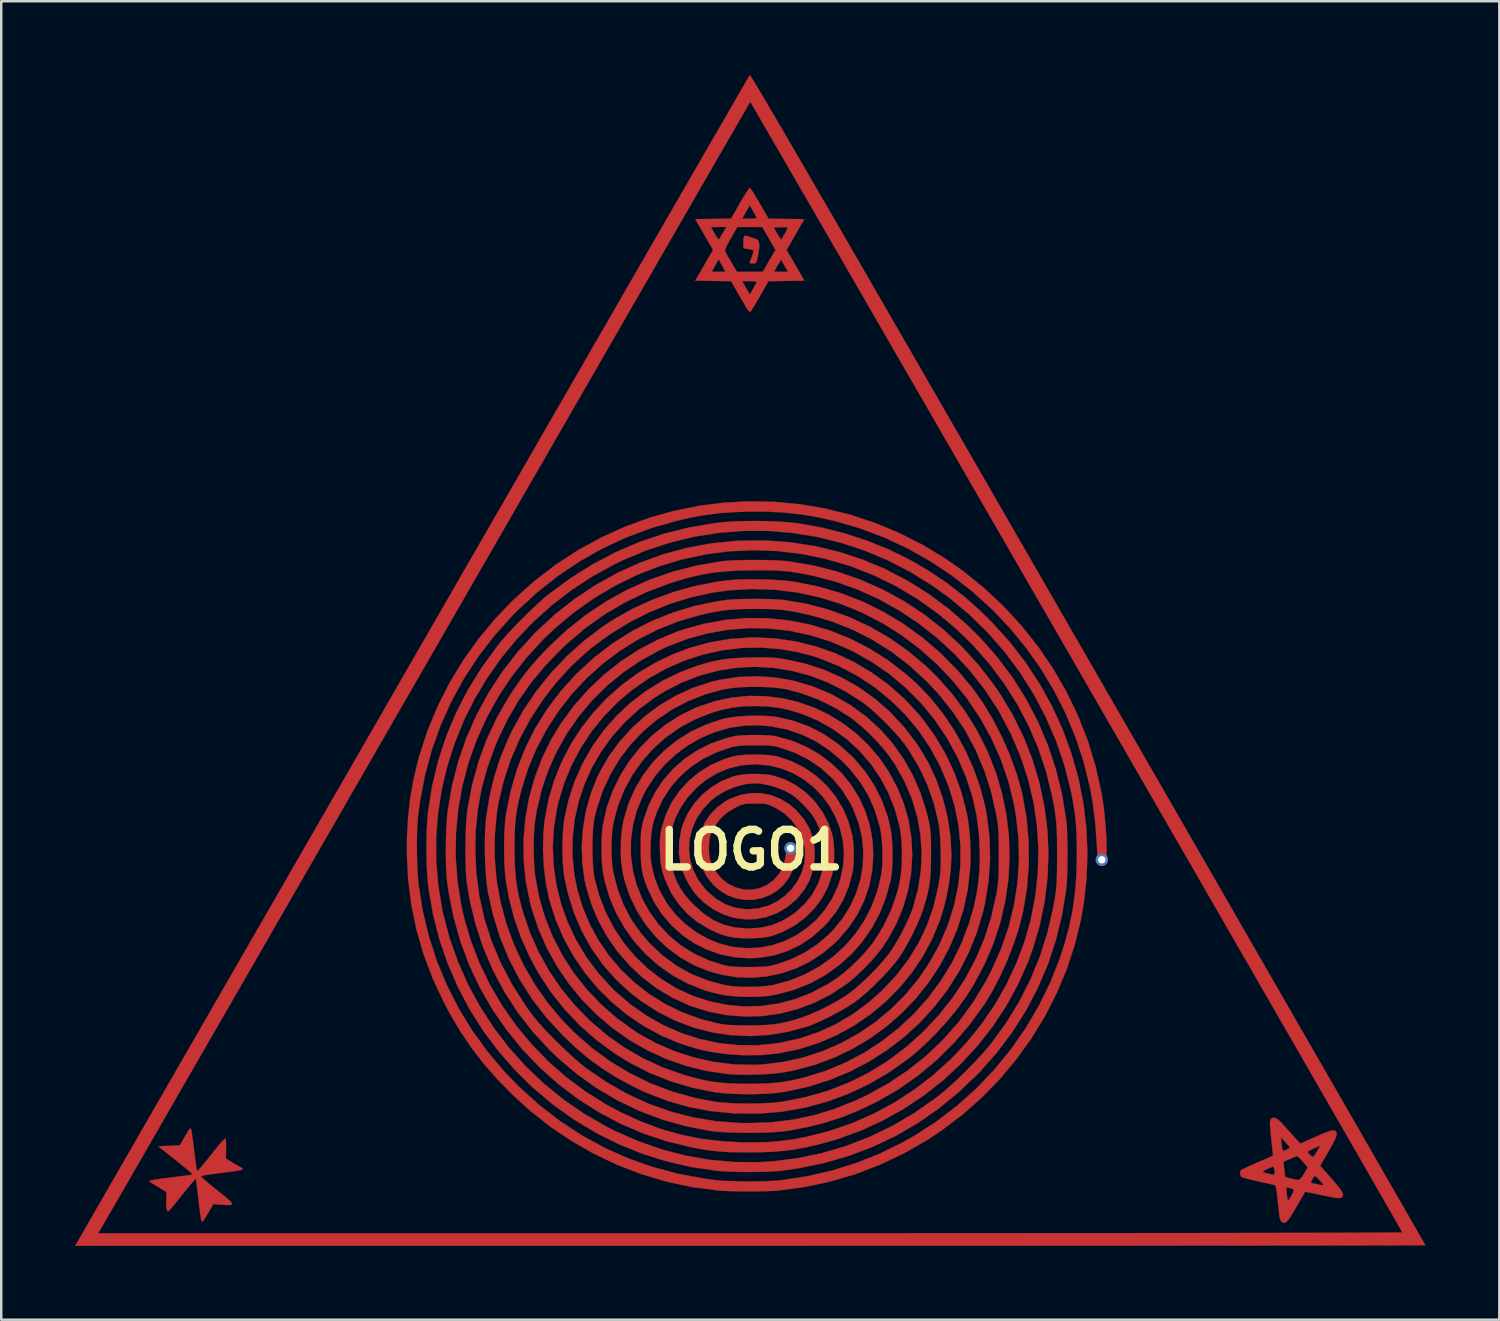
<source format=kicad_pcb>
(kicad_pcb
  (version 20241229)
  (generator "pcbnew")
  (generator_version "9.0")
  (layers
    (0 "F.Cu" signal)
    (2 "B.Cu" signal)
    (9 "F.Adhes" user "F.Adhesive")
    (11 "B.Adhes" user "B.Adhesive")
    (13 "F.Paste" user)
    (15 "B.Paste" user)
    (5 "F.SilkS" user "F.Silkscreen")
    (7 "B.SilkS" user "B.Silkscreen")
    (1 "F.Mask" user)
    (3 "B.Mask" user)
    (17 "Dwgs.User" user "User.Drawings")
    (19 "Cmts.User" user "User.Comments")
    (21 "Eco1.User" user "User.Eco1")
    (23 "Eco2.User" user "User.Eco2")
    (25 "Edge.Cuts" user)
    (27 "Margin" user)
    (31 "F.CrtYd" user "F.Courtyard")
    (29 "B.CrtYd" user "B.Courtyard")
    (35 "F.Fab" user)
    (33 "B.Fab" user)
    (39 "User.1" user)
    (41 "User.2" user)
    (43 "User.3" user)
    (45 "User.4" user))
  (footprint "LOGO1"
    (layer "F.Cu")
    (at 27.488 31.491)
    (property "Reference" "LOGO1" (at 0 0 0) (layer "F.SilkS") (effects (font (size 1.524 1.524) (thickness 0.3))))
    (attr through_hole)
    (fp_poly (pts (xy -0.162 -24.945) (xy -0.048 -24.902) (xy 0.076 -24.87) (xy 0.194 -24.832) (xy 0.273 -24.767) (xy 0.314 -24.663) (xy 0.321 -24.51) (xy 0.294 -24.298) (xy 0.246 -24.056) (xy 0.215 -23.928) (xy 0.183 -23.861) (xy 0.13 -23.837) (xy 0.052 -23.834) (xy -0.043 -23.84) (xy -0.073 -23.868) (xy -0.062 -23.908) (xy 0.019 -24.111) (xy 0.067 -24.262) (xy 0.079 -24.351) (xy 0.072 -24.368) (xy 0.014 -24.393) (xy -0.095 -24.417) (xy -0.138 -24.424) (xy -0.318 -24.448) (xy -0.329 -24.659) (xy -0.326 -24.836) (xy -0.295 -24.937) (xy -0.233 -24.967) (xy -0.162 -24.945)) (stroke (width 0.01) (type solid)) (fill yes) (layer "F.Cu"))
    (fp_poly (pts (xy -22.791 11.326) (xy -22.775 11.349) (xy -22.76 11.409) (xy -22.738 11.538) (xy -22.711 11.723) (xy -22.68 11.949) (xy -22.649 12.203) (xy -22.648 12.213) (xy -22.617 12.465) (xy -22.588 12.688) (xy -22.562 12.868) (xy -22.541 12.992) (xy -22.527 13.046) (xy -22.527 13.046) (xy -22.493 13.025) (xy -22.418 12.947) (xy -22.31 12.823) (xy -22.179 12.663) (xy -22.098 12.562) (xy -21.872 12.276) (xy -21.693 12.054) (xy -21.556 11.893) (xy -21.459 11.788) (xy -21.398 11.735) (xy -21.377 11.726) (xy -21.363 11.766) (xy -21.353 11.871) (xy -21.349 12.025) (xy -21.35 12.136) (xy -21.357 12.545) (xy -21.138 12.675) (xy -20.99 12.762) (xy -20.848 12.844) (xy -20.779 12.883) (xy -20.693 12.939) (xy -20.678 12.976) (xy -20.702 12.996) (xy -20.762 13.012) (xy -20.892 13.035) (xy -21.078 13.064) (xy -21.304 13.095) (xy -21.548 13.126) (xy -21.797 13.157) (xy -22.017 13.188) (xy -22.195 13.216) (xy -22.317 13.238) (xy -22.367 13.253) (xy -22.347 13.287) (xy -22.268 13.366) (xy -22.141 13.479) (xy -21.975 13.62) (xy -21.779 13.779) (xy -21.72 13.826) (xy -21.472 14.024) (xy -21.29 14.175) (xy -21.171 14.286) (xy -21.114 14.362) (xy -21.117 14.408) (xy -21.179 14.43) (xy -21.296 14.433) (xy -21.469 14.423) (xy -21.523 14.418) (xy -21.868 14.39) (xy -22.077 14.752) (xy -22.168 14.905) (xy -22.246 15.026) (xy -22.298 15.099) (xy -22.314 15.113) (xy -22.345 15.077) (xy -22.366 15.018) (xy -22.378 14.946) (xy -22.398 14.806) (xy -22.423 14.612) (xy -22.452 14.381) (xy -22.478 14.161) (xy -22.507 13.915) (xy -22.534 13.698) (xy -22.555 13.524) (xy -22.571 13.408) (xy -22.577 13.363) (xy -22.605 13.384) (xy -22.678 13.463) (xy -22.787 13.59) (xy -22.926 13.757) (xy -23.086 13.954) (xy -23.155 14.039) (xy -23.341 14.273) (xy -23.482 14.447) (xy -23.585 14.569) (xy -23.655 14.644) (xy -23.701 14.68) (xy -23.729 14.684) (xy -23.746 14.662) (xy -23.758 14.625) (xy -23.774 14.518) (xy -23.783 14.361) (xy -23.782 14.205) (xy -23.77 13.911) (xy -24.067 13.726) (xy -24.213 13.636) (xy -24.336 13.56) (xy -24.415 13.511) (xy -24.426 13.505) (xy -24.468 13.462) (xy -24.464 13.443) (xy -24.416 13.43) (xy -24.297 13.409) (xy -24.12 13.382) (xy -23.899 13.351) (xy -23.645 13.318) (xy -23.596 13.312) (xy -23.338 13.279) (xy -23.108 13.249) (xy -22.919 13.224) (xy -22.786 13.205) (xy -22.721 13.195) (xy -22.717 13.195) (xy -22.713 13.184) (xy -22.733 13.159) (xy -22.781 13.112) (xy -22.866 13.039) (xy -22.992 12.934) (xy -23.166 12.793) (xy -23.394 12.611) (xy -23.682 12.381) (xy -23.684 12.379) (xy -24.106 12.044) (xy -23.665 12.023) (xy -23.225 12.002) (xy -23.08 11.748) (xy -22.969 11.556) (xy -22.893 11.428) (xy -22.843 11.354) (xy -22.811 11.323) (xy -22.791 11.326)) (stroke (width 0.01) (type solid)) (fill yes) (layer "F.Cu"))
    (fp_poly (pts (xy -0.029 -26.869) (xy 0.039 -26.769) (xy 0.133 -26.619) (xy 0.245 -26.433) (xy 0.337 -26.276) (xy 0.696 -25.656) (xy 1.423 -25.644) (xy 2.149 -25.633) (xy 1.79 -25.009) (xy 1.43 -24.386) (xy 1.791 -23.761) (xy 2.153 -23.135) (xy 1.423 -23.124) (xy 0.693 -23.112) (xy 0.34 -22.498) (xy 0.221 -22.292) (xy 0.114 -22.113) (xy 0.029 -21.974) (xy -0.028 -21.886) (xy -0.047 -21.862) (xy -0.088 -21.882) (xy -0.15 -21.955) (xy -0.181 -22.001) (xy -0.241 -22.1) (xy -0.33 -22.253) (xy -0.438 -22.437) (xy -0.551 -22.633) (xy -0.553 -22.637) (xy -0.826 -23.112) (xy -0.961 -23.114) (xy -0.376 -23.114) (xy -0.221 -22.843) (xy -0.066 -22.572) (xy 0.072 -22.811) (xy 0.142 -22.939) (xy 0.193 -23.037) (xy 0.21 -23.082) (xy 0.172 -23.098) (xy 0.071 -23.109) (xy -0.072 -23.114) (xy -0.082 -23.114) (xy -0.376 -23.114) (xy -0.961 -23.114) (xy -1.554 -23.124) (xy -2.283 -23.135) (xy -2.075 -23.495) (xy -1.611 -23.495) (xy -1.053 -23.495) (xy -1.191 -23.746) (xy -1.329 -23.998) (xy -1.402 -23.879) (xy -1.475 -23.751) (xy -1.543 -23.627) (xy -1.611 -23.495) (xy -2.075 -23.495) (xy -1.921 -23.761) (xy -1.575 -24.359) (xy -1.073 -24.359) (xy -1.063 -24.309) (xy -1.053 -24.29) (xy -1.01 -24.212) (xy -0.935 -24.083) (xy -0.843 -23.925) (xy -0.796 -23.844) (xy -0.589 -23.495) (xy 0.458 -23.495) (xy 0.469 -23.514) (xy 0.931 -23.514) (xy 0.97 -23.504) (xy 1.071 -23.498) (xy 1.208 -23.495) (xy 1.485 -23.495) (xy 1.347 -23.744) (xy 1.209 -23.994) (xy 1.07 -23.763) (xy 0.998 -23.641) (xy 0.948 -23.551) (xy 0.931 -23.514) (xy 0.469 -23.514) (xy 0.717 -23.938) (xy 0.976 -24.382) (xy 0.71 -24.848) (xy 0.456 -25.294) (xy 0.904 -25.294) (xy 1.047 -25.051) (xy 1.121 -24.928) (xy 1.178 -24.84) (xy 1.205 -24.807) (xy 1.233 -24.841) (xy 1.289 -24.929) (xy 1.356 -25.043) (xy 1.422 -25.167) (xy 1.463 -25.259) (xy 1.47 -25.299) (xy 1.42 -25.308) (xy 1.31 -25.31) (xy 1.177 -25.307) (xy 0.904 -25.294) (xy 0.456 -25.294) (xy 0.445 -25.314) (xy -0.065 -25.315) (xy -0.575 -25.315) (xy -0.84 -24.851) (xy -0.95 -24.655) (xy -1.022 -24.517) (xy -1.061 -24.424) (xy -1.073 -24.359) (xy -1.575 -24.359) (xy -1.559 -24.386) (xy -1.921 -25.009) (xy -2.098 -25.315) (xy -1.646 -25.315) (xy -1.49 -25.043) (xy -1.407 -24.905) (xy -1.353 -24.833) (xy -1.318 -24.818) (xy -1.297 -24.842) (xy -1.254 -24.917) (xy -1.186 -25.034) (xy -1.138 -25.114) (xy -1.017 -25.315) (xy -1.646 -25.315) (xy -2.098 -25.315) (xy -2.282 -25.633) (xy -1.554 -25.645) (xy -0.97 -25.654) (xy -0.376 -25.654) (xy -0.082 -25.654) (xy 0.063 -25.658) (xy 0.168 -25.669) (xy 0.21 -25.685) (xy 0.21 -25.686) (xy 0.19 -25.736) (xy 0.138 -25.837) (xy 0.072 -25.957) (xy -0.066 -26.196) (xy -0.221 -25.925) (xy -0.376 -25.654) (xy -0.97 -25.654) (xy -0.826 -25.656) (xy -0.466 -26.289) (xy -0.346 -26.495) (xy -0.238 -26.671) (xy -0.149 -26.806) (xy -0.088 -26.889) (xy -0.064 -26.908) (xy -0.029 -26.869)) (stroke (width 0.01) (type solid)) (fill yes) (layer "F.Cu"))
    (fp_poly (pts (xy 21.293 10.892) (xy 21.391 10.949) (xy 21.514 11.062) (xy 21.649 11.208) (xy 21.797 11.373) (xy 21.947 11.541) (xy 22.077 11.683) (xy 22.125 11.735) (xy 22.309 11.934) (xy 22.924 11.661) (xy 23.18 11.548) (xy 23.372 11.469) (xy 23.51 11.42) (xy 23.606 11.397) (xy 23.672 11.398) (xy 23.72 11.42) (xy 23.741 11.438) (xy 23.776 11.49) (xy 23.784 11.558) (xy 23.763 11.652) (xy 23.707 11.784) (xy 23.614 11.965) (xy 23.48 12.204) (xy 23.453 12.25) (xy 23.114 12.836) (xy 23.58 13.362) (xy 23.776 13.589) (xy 23.917 13.765) (xy 24.004 13.898) (xy 24.043 13.996) (xy 24.038 14.068) (xy 23.992 14.12) (xy 23.963 14.138) (xy 23.907 14.15) (xy 23.809 14.147) (xy 23.657 14.125) (xy 23.442 14.085) (xy 23.195 14.033) (xy 22.967 13.984) (xy 22.769 13.943) (xy 22.617 13.913) (xy 22.523 13.897) (xy 22.5 13.895) (xy 22.477 13.934) (xy 22.42 14.033) (xy 22.335 14.18) (xy 22.23 14.363) (xy 22.164 14.478) (xy 22.012 14.738) (xy 21.892 14.929) (xy 21.797 15.059) (xy 21.72 15.133) (xy 21.655 15.159) (xy 21.595 15.143) (xy 21.535 15.095) (xy 21.511 15.065) (xy 21.491 15.022) (xy 21.473 14.953) (xy 21.455 14.847) (xy 21.435 14.694) (xy 21.411 14.482) (xy 21.381 14.199) (xy 21.374 14.128) (xy 21.35 13.914) (xy 21.33 13.771) (xy 21.316 13.713) (xy 21.736 13.713) (xy 21.749 13.895) (xy 21.763 14.036) (xy 21.781 14.159) (xy 21.785 14.18) (xy 21.801 14.231) (xy 21.825 14.233) (xy 21.867 14.178) (xy 21.937 14.061) (xy 22.001 13.936) (xy 22.032 13.841) (xy 22.029 13.802) (xy 21.964 13.769) (xy 21.864 13.74) (xy 21.736 13.713) (xy 21.316 13.713) (xy 21.309 13.682) (xy 21.283 13.635) (xy 21.248 13.613) (xy 21.234 13.61) (xy 21.162 13.594) (xy 21.025 13.563) (xy 20.84 13.523) (xy 20.768 13.507) (xy 22.738 13.507) (xy 22.74 13.523) (xy 22.787 13.538) (xy 22.886 13.563) (xy 23.007 13.591) (xy 23.118 13.615) (xy 23.188 13.626) (xy 23.237 13.618) (xy 23.241 13.61) (xy 23.214 13.564) (xy 23.146 13.483) (xy 23.059 13.39) (xy 22.974 13.307) (xy 22.913 13.257) (xy 22.898 13.25) (xy 22.861 13.282) (xy 22.81 13.356) (xy 22.763 13.442) (xy 22.738 13.507) (xy 20.768 13.507) (xy 20.626 13.476) (xy 20.555 13.46) (xy 20.338 13.411) (xy 20.15 13.363) (xy 20.005 13.322) (xy 19.921 13.292) (xy 19.909 13.285) (xy 19.863 13.201) (xy 19.861 13.094) (xy 19.874 13.069) (xy 20.786 13.069) (xy 20.811 13.099) (xy 20.913 13.132) (xy 21.018 13.158) (xy 21.159 13.19) (xy 21.234 13.194) (xy 21.263 13.16) (xy 21.262 13.08) (xy 21.259 13.039) (xy 21.241 12.933) (xy 21.217 12.874) (xy 21.209 12.869) (xy 21.155 12.886) (xy 21.05 12.929) (xy 20.951 12.973) (xy 20.834 13.03) (xy 20.786 13.069) (xy 19.874 13.069) (xy 19.904 13.009) (xy 19.907 13.007) (xy 19.963 12.976) (xy 20.082 12.919) (xy 20.249 12.842) (xy 20.45 12.752) (xy 20.574 12.698) (xy 20.634 12.672) (xy 21.625 12.672) (xy 21.655 12.972) (xy 21.671 13.121) (xy 21.686 13.233) (xy 21.697 13.285) (xy 21.697 13.286) (xy 21.744 13.304) (xy 21.846 13.333) (xy 21.976 13.364) (xy 22.104 13.393) (xy 22.205 13.412) (xy 22.234 13.415) (xy 22.299 13.38) (xy 22.387 13.272) (xy 22.457 13.161) (xy 22.609 12.903) (xy 22.414 12.674) (xy 22.312 12.562) (xy 22.23 12.48) (xy 22.184 12.446) (xy 22.182 12.446) (xy 22.127 12.462) (xy 22.019 12.503) (xy 21.886 12.559) (xy 21.625 12.672) (xy 20.634 12.672) (xy 20.783 12.607) (xy 20.962 12.529) (xy 21.099 12.47) (xy 21.179 12.435) (xy 21.194 12.428) (xy 21.192 12.387) (xy 21.182 12.279) (xy 21.181 12.261) (xy 22.609 12.261) (xy 22.62 12.299) (xy 22.673 12.364) (xy 22.743 12.43) (xy 22.805 12.474) (xy 22.827 12.478) (xy 22.865 12.438) (xy 22.929 12.345) (xy 22.988 12.245) (xy 23.115 12.025) (xy 23.008 12.065) (xy 22.908 12.107) (xy 22.789 12.163) (xy 22.681 12.218) (xy 22.615 12.257) (xy 22.609 12.261) (xy 21.181 12.261) (xy 21.166 12.118) (xy 21.144 11.921) (xy 21.142 11.896) (xy 21.123 11.721) (xy 21.523 11.721) (xy 21.529 11.815) (xy 21.542 11.938) (xy 21.559 12.064) (xy 21.572 12.139) (xy 21.591 12.208) (xy 21.625 12.228) (xy 21.697 12.202) (xy 21.764 12.169) (xy 21.891 12.103) (xy 21.715 11.893) (xy 21.623 11.786) (xy 21.555 11.711) (xy 21.527 11.684) (xy 21.523 11.721) (xy 21.123 11.721) (xy 21.108 11.587) (xy 21.086 11.352) (xy 21.075 11.179) (xy 21.075 11.06) (xy 21.085 10.983) (xy 21.106 10.938) (xy 21.126 10.92) (xy 21.209 10.885) (xy 21.293 10.892)) (stroke (width 0.01) (type solid)) (fill yes) (layer "F.Cu"))
    (fp_poly (pts (xy -0.054 -31.474) (xy -0.025 -31.432) (xy 0.024 -31.356) (xy 0.092 -31.247) (xy 0.18 -31.102) (xy 0.289 -30.921) (xy 0.419 -30.701) (xy 0.572 -30.443) (xy 0.748 -30.143) (xy 0.948 -29.802) (xy 1.173 -29.418) (xy 1.423 -28.989) (xy 1.7 -28.514) (xy 2.003 -27.992) (xy 2.334 -27.421) (xy 2.694 -26.8) (xy 3.083 -26.129) (xy 3.503 -25.404) (xy 3.953 -24.626) (xy 4.435 -23.793) (xy 4.949 -22.903) (xy 5.496 -21.955) (xy 6.077 -20.948) (xy 6.693 -19.881) (xy 7.344 -18.752) (xy 8.032 -17.559) (xy 8.757 -16.302) (xy 9.519 -14.98) (xy 10.32 -13.59) (xy 11.16 -12.132) (xy 12.04 -10.604) (xy 12.961 -9.005) (xy 13.686 -7.747) (xy 14.445 -6.429) (xy 15.194 -5.129) (xy 15.931 -3.849) (xy 16.656 -2.591) (xy 17.367 -1.356) (xy 18.062 -0.148) (xy 18.742 1.032) (xy 19.404 2.183) (xy 20.048 3.302) (xy 20.673 4.387) (xy 21.278 5.437) (xy 21.86 6.449) (xy 22.42 7.422) (xy 22.956 8.353) (xy 23.467 9.241) (xy 23.953 10.085) (xy 24.411 10.88) (xy 24.84 11.627) (xy 25.24 12.323) (xy 25.61 12.966) (xy 25.948 13.554) (xy 26.254 14.085) (xy 26.525 14.558) (xy 26.762 14.97) (xy 26.963 15.319) (xy 27.126 15.604) (xy 27.251 15.823) (xy 27.337 15.973) (xy 27.382 16.052) (xy 27.39 16.066) (xy 27.348 16.067) (xy 27.223 16.068) (xy 27.019 16.069) (xy 26.736 16.07) (xy 26.378 16.071) (xy 25.946 16.072) (xy 25.443 16.073) (xy 24.87 16.074) (xy 24.231 16.075) (xy 23.527 16.076) (xy 22.761 16.077) (xy 21.935 16.078) (xy 21.051 16.079) (xy 20.11 16.08) (xy 19.117 16.081) (xy 18.072 16.081) (xy 16.978 16.082) (xy 15.838 16.083) (xy 14.652 16.083) (xy 13.425 16.084) (xy 12.157 16.084) (xy 10.851 16.085) (xy 9.51 16.085) (xy 8.135 16.086) (xy 6.729 16.086) (xy 5.294 16.086) (xy 3.832 16.086) (xy 2.346 16.087) (xy 0.837 16.087) (xy -0.047 16.087) (xy -27.483 16.087) (xy -27.402 15.949) (xy -27.376 15.905) (xy -27.31 15.79) (xy -27.203 15.605) (xy -27.188 15.579) (xy -26.55 15.579) (xy -0.042 15.579) (xy 1.452 15.579) (xy 2.925 15.578) (xy 4.375 15.578) (xy 5.8 15.578) (xy 7.196 15.577) (xy 8.562 15.577) (xy 9.896 15.576) (xy 11.195 15.575) (xy 12.457 15.574) (xy 13.68 15.574) (xy 14.861 15.573) (xy 15.999 15.571) (xy 17.091 15.57) (xy 18.134 15.569) (xy 19.127 15.568) (xy 20.067 15.566) (xy 20.952 15.565) (xy 21.779 15.563) (xy 22.547 15.562) (xy 23.253 15.56) (xy 23.895 15.559) (xy 24.471 15.557) (xy 24.978 15.555) (xy 25.414 15.553) (xy 25.777 15.551) (xy 26.064 15.549) (xy 26.274 15.548) (xy 26.404 15.546) (xy 26.451 15.544) (xy 26.451 15.543) (xy 26.427 15.498) (xy 26.361 15.382) (xy 26.257 15.198) (xy 26.114 14.948) (xy 25.935 14.635) (xy 25.72 14.261) (xy 25.471 13.827) (xy 25.19 13.338) (xy 24.878 12.795) (xy 24.536 12.2) (xy 24.166 11.556) (xy 23.768 10.865) (xy 23.345 10.13) (xy 22.898 9.353) (xy 22.428 8.537) (xy 21.936 7.683) (xy 21.425 6.795) (xy 20.894 5.874) (xy 20.347 4.923) (xy 19.783 3.945) (xy 19.205 2.941) (xy 18.613 1.915) (xy 18.01 0.868) (xy 17.396 -0.197) (xy 16.773 -1.277) (xy 16.143 -2.371) (xy 15.506 -3.475) (xy 14.864 -4.588) (xy 14.219 -5.707) (xy 13.571 -6.83) (xy 12.923 -7.954) (xy 12.275 -9.077) (xy 11.63 -10.196) (xy 10.987 -11.31) (xy 10.35 -12.415) (xy 9.718 -13.509) (xy 9.094 -14.59) (xy 8.479 -15.656) (xy 7.874 -16.704) (xy 7.281 -17.732) (xy 6.701 -18.737) (xy 6.135 -19.717) (xy 5.585 -20.67) (xy 5.052 -21.593) (xy 4.538 -22.484) (xy 4.043 -23.34) (xy 3.57 -24.159) (xy 3.119 -24.938) (xy 2.693 -25.676) (xy 2.292 -26.37) (xy 1.917 -27.017) (xy 1.571 -27.615) (xy 1.255 -28.162) (xy 0.969 -28.655) (xy 0.716 -29.092) (xy 0.496 -29.47) (xy 0.312 -29.788) (xy 0.164 -30.042) (xy 0.054 -30.23) (xy -0.017 -30.351) (xy -0.047 -30.401) (xy -0.049 -30.402) (xy -0.071 -30.364) (xy -0.135 -30.255) (xy -0.238 -30.076) (xy -0.381 -29.83) (xy -0.561 -29.518) (xy -0.777 -29.143) (xy -1.03 -28.706) (xy -1.316 -28.21) (xy -1.636 -27.656) (xy -1.987 -27.046) (xy -2.37 -26.383) (xy -2.782 -25.668) (xy -3.223 -24.903) (xy -3.691 -24.091) (xy -4.185 -23.233) (xy -4.705 -22.331) (xy -5.249 -21.387) (xy -5.816 -20.404) (xy -6.405 -19.382) (xy -7.014 -18.325) (xy -7.643 -17.233) (xy -8.29 -16.11) (xy -8.954 -14.957) (xy -9.635 -13.775) (xy -10.33 -12.568) (xy -11.039 -11.336) (xy -11.761 -10.083) (xy -12.495 -8.809) (xy -13.229 -7.535) (xy -13.973 -6.243) (xy -14.707 -4.968) (xy -15.43 -3.713) (xy -16.14 -2.481) (xy -16.836 -1.271) (xy -17.518 -0.088) (xy -18.183 1.067) (xy -18.832 2.193) (xy -19.462 3.287) (xy -20.072 4.347) (xy -20.662 5.372) (xy -21.231 6.359) (xy -21.777 7.306) (xy -22.298 8.211) (xy -22.795 9.073) (xy -23.265 9.889) (xy -23.708 10.657) (xy -24.122 11.376) (xy -24.506 12.043) (xy -24.86 12.657) (xy -25.181 13.215) (xy -25.47 13.716) (xy -25.724 14.157) (xy -25.943 14.536) (xy -26.125 14.852) (xy -26.27 15.103) (xy -26.375 15.286) (xy -26.441 15.399) (xy -26.466 15.441) (xy -26.55 15.579) (xy -27.188 15.579) (xy -27.058 15.352) (xy -26.875 15.034) (xy -26.655 14.652) (xy -26.399 14.209) (xy -26.11 13.706) (xy -25.786 13.145) (xy -25.431 12.529) (xy -25.045 11.858) (xy -24.629 11.136) (xy -24.184 10.363) (xy -23.712 9.543) (xy -23.213 8.676) (xy -22.688 7.766) (xy -22.14 6.813) (xy -21.568 5.82) (xy -20.974 4.789) (xy -20.359 3.721) (xy -19.725 2.62) (xy -19.071 1.485) (xy -18.401 0.321) (xy -17.714 -0.873) (xy -17.011 -2.092) (xy -16.295 -3.337) (xy -15.565 -4.604) (xy -14.823 -5.892) (xy -14.071 -7.198) (xy -13.718 -7.811) (xy -12.962 -9.124) (xy -12.215 -10.42) (xy -11.481 -11.696) (xy -10.758 -12.95) (xy -10.05 -14.18) (xy -9.356 -15.384) (xy -8.678 -16.56) (xy -8.018 -17.707) (xy -7.375 -18.822) (xy -6.752 -19.903) (xy -6.15 -20.949) (xy -5.568 -21.957) (xy -5.01 -22.926) (xy -4.475 -23.853) (xy -3.966 -24.737) (xy -3.482 -25.576) (xy -3.025 -26.367) (xy -2.597 -27.11) (xy -2.198 -27.801) (xy -1.83 -28.439) (xy -1.493 -29.022) (xy -1.189 -29.549) (xy -0.919 -30.016) (xy -0.684 -30.423) (xy -0.485 -30.767) (xy -0.323 -31.046) (xy -0.2 -31.259) (xy -0.116 -31.403) (xy -0.073 -31.476) (xy -0.067 -31.486) (xy -0.054 -31.474)) (stroke (width 0.01) (type solid)) (fill yes) (layer "F.Cu"))
    (fp_poly (pts (xy 0.961 -14.146) (xy 1.992 -14.047) (xy 3.016 -13.871) (xy 4.028 -13.618) (xy 5.024 -13.289) (xy 5.999 -12.884) (xy 6.95 -12.403) (xy 7.873 -11.846) (xy 8.615 -11.324) (xy 9.469 -10.632) (xy 10.265 -9.883) (xy 11.001 -9.081) (xy 11.673 -8.231) (xy 12.278 -7.338) (xy 12.815 -6.405) (xy 13.28 -5.437) (xy 13.67 -4.439) (xy 13.983 -3.415) (xy 14.217 -2.369) (xy 14.244 -2.212) (xy 14.293 -1.896) (xy 14.336 -1.561) (xy 14.372 -1.217) (xy 14.401 -0.877) (xy 14.422 -0.552) (xy 14.434 -0.253) (xy 14.438 0.008) (xy 14.432 0.221) (xy 14.415 0.373) (xy 14.388 0.454) (xy 14.385 0.457) (xy 14.294 0.501) (xy 14.185 0.499) (xy 14.107 0.455) (xy 14.09 0.396) (xy 14.072 0.268) (xy 14.055 0.089) (xy 14.041 -0.124) (xy 14.036 -0.212) (xy 13.972 -1.107) (xy 13.866 -1.946) (xy 13.758 -2.54) (xy 13.503 -3.575) (xy 13.171 -4.581) (xy 12.766 -5.554) (xy 12.29 -6.491) (xy 11.747 -7.387) (xy 11.141 -8.24) (xy 10.476 -9.046) (xy 9.754 -9.802) (xy 8.979 -10.502) (xy 8.154 -11.145) (xy 7.283 -11.726) (xy 6.37 -12.242) (xy 5.417 -12.689) (xy 4.429 -13.064) (xy 3.429 -13.357) (xy 2.717 -13.519) (xy 2.029 -13.636) (xy 1.339 -13.711) (xy 0.623 -13.748) (xy -0.144 -13.748) (xy -0.204 -13.746) (xy -0.769 -13.725) (xy -1.276 -13.688) (xy -1.755 -13.631) (xy -2.232 -13.552) (xy -2.735 -13.447) (xy -3.031 -13.376) (xy -4.076 -13.077) (xy -5.084 -12.702) (xy -6.053 -12.252) (xy -6.984 -11.726) (xy -7.875 -11.127) (xy -8.725 -10.453) (xy -9.533 -9.706) (xy -9.7 -9.537) (xy -10.433 -8.725) (xy -11.093 -7.87) (xy -11.68 -6.974) (xy -12.192 -6.04) (xy -12.628 -5.07) (xy -12.987 -4.065) (xy -13.268 -3.029) (xy -13.471 -1.962) (xy -13.55 -1.355) (xy -13.573 -1.053) (xy -13.589 -0.69) (xy -13.596 -0.288) (xy -13.594 0.132) (xy -13.585 0.547) (xy -13.567 0.935) (xy -13.542 1.273) (xy -13.529 1.397) (xy -13.36 2.464) (xy -13.111 3.503) (xy -12.784 4.514) (xy -12.38 5.492) (xy -11.9 6.435) (xy -11.344 7.342) (xy -10.715 8.21) (xy -10.013 9.036) (xy -9.435 9.631) (xy -8.625 10.363) (xy -7.778 11.019) (xy -6.893 11.599) (xy -5.971 12.104) (xy -5.011 12.532) (xy -4.014 12.884) (xy -2.98 13.161) (xy -1.908 13.361) (xy -1.439 13.423) (xy -1.198 13.444) (xy -0.892 13.46) (xy -0.544 13.469) (xy -0.172 13.473) (xy 0.202 13.471) (xy 0.559 13.464) (xy 0.878 13.45) (xy 1.14 13.431) (xy 1.206 13.424) (xy 2.267 13.261) (xy 3.283 13.028) (xy 4.261 12.724) (xy 5.21 12.346) (xy 6.135 11.891) (xy 6.655 11.596) (xy 7.54 11.022) (xy 8.375 10.382) (xy 9.156 9.679) (xy 9.881 8.919) (xy 10.545 8.106) (xy 11.146 7.244) (xy 11.68 6.338) (xy 12.143 5.392) (xy 12.532 4.41) (xy 12.737 3.779) (xy 12.92 3.092) (xy 13.058 2.411) (xy 13.153 1.714) (xy 13.208 0.981) (xy 13.227 0.192) (xy 13.227 0.191) (xy 13.223 -0.302) (xy 13.209 -0.731) (xy 13.183 -1.121) (xy 13.142 -1.493) (xy 13.085 -1.868) (xy 13.009 -2.27) (xy 12.973 -2.443) (xy 12.714 -3.458) (xy 12.376 -4.445) (xy 11.962 -5.401) (xy 11.476 -6.321) (xy 10.921 -7.202) (xy 10.299 -8.037) (xy 9.613 -8.823) (xy 8.867 -9.556) (xy 8.063 -10.23) (xy 7.366 -10.735) (xy 6.473 -11.29) (xy 5.552 -11.766) (xy 4.608 -12.163) (xy 3.644 -12.482) (xy 2.664 -12.722) (xy 1.673 -12.883) (xy 0.675 -12.965) (xy -0.327 -12.966) (xy -1.327 -12.888) (xy -2.323 -12.729) (xy -3.309 -12.49) (xy -4.283 -12.17) (xy -5.239 -11.768) (xy -5.559 -11.614) (xy -6.465 -11.115) (xy -7.32 -10.555) (xy -8.121 -9.937) (xy -8.867 -9.266) (xy -9.555 -8.546) (xy -10.183 -7.78) (xy -10.749 -6.974) (xy -11.251 -6.131) (xy -11.688 -5.255) (xy -12.056 -4.35) (xy -12.355 -3.422) (xy -12.582 -2.472) (xy -12.734 -1.507) (xy -12.811 -0.53) (xy -12.809 0.455) (xy -12.728 1.444) (xy -12.564 2.432) (xy -12.531 2.582) (xy -12.268 3.58) (xy -11.926 4.548) (xy -11.511 5.482) (xy -11.024 6.378) (xy -10.469 7.231) (xy -9.85 8.039) (xy -9.169 8.796) (xy -8.429 9.5) (xy -7.634 10.145) (xy -6.787 10.729) (xy -5.89 11.246) (xy -5.567 11.411) (xy -4.62 11.829) (xy -3.657 12.166) (xy -2.68 12.421) (xy -1.691 12.594) (xy -0.695 12.683) (xy 0.307 12.689) (xy 0.876 12.654) (xy 1.887 12.527) (xy 2.882 12.318) (xy 3.857 12.028) (xy 4.807 11.66) (xy 5.729 11.214) (xy 6.617 10.694) (xy 7.467 10.1) (xy 7.671 9.942) (xy 7.918 9.735) (xy 8.202 9.48) (xy 8.508 9.19) (xy 8.819 8.882) (xy 9.12 8.572) (xy 9.395 8.275) (xy 9.629 8.008) (xy 9.727 7.887) (xy 10.345 7.04) (xy 10.884 6.162) (xy 11.346 5.25) (xy 11.731 4.305) (xy 12.039 3.323) (xy 12.271 2.303) (xy 12.327 1.986) (xy 12.356 1.798) (xy 12.379 1.62) (xy 12.395 1.438) (xy 12.407 1.236) (xy 12.415 1) (xy 12.42 0.714) (xy 12.422 0.363) (xy 12.422 0.233) (xy 12.422 -0.18) (xy 12.418 -0.525) (xy 12.408 -0.82) (xy 12.391 -1.082) (xy 12.366 -1.329) (xy 12.332 -1.577) (xy 12.285 -1.845) (xy 12.226 -2.149) (xy 12.207 -2.244) (xy 11.967 -3.211) (xy 11.65 -4.151) (xy 11.258 -5.06) (xy 10.796 -5.933) (xy 10.267 -6.767) (xy 9.675 -7.557) (xy 9.024 -8.299) (xy 8.317 -8.989) (xy 7.558 -9.623) (xy 6.751 -10.197) (xy 5.9 -10.706) (xy 5.008 -11.146) (xy 4.078 -11.513) (xy 3.936 -11.561) (xy 2.973 -11.839) (xy 2.002 -12.035) (xy 1.028 -12.149) (xy 0.054 -12.181) (xy -0.915 -12.135) (xy -1.874 -12.009) (xy -2.821 -11.806) (xy -3.749 -11.527) (xy -4.656 -11.172) (xy -5.536 -10.742) (xy -6.385 -10.239) (xy -7.2 -9.663) (xy -7.976 -9.016) (xy -8.444 -8.571) (xy -9.133 -7.826) (xy -9.751 -7.038) (xy -10.297 -6.212) (xy -10.771 -5.352) (xy -11.171 -4.463) (xy -11.496 -3.549) (xy -11.744 -2.614) (xy -11.914 -1.662) (xy -12.006 -0.698) (xy -12.018 0.274) (xy -11.948 1.25) (xy -11.796 2.225) (xy -11.68 2.746) (xy -11.405 3.687) (xy -11.053 4.601) (xy -10.627 5.483) (xy -10.13 6.327) (xy -9.567 7.13) (xy -8.941 7.886) (xy -8.257 8.591) (xy -7.517 9.241) (xy -6.726 9.83) (xy -5.887 10.354) (xy -5.338 10.648) (xy -4.504 11.032) (xy -3.682 11.34) (xy -2.857 11.575) (xy -2.013 11.742) (xy -1.136 11.845) (xy -0.402 11.882) (xy 0.173 11.887) (xy 0.691 11.871) (xy 1.181 11.831) (xy 1.668 11.765) (xy 2.179 11.671) (xy 2.218 11.663) (xy 3.164 11.424) (xy 4.081 11.109) (xy 4.965 10.721) (xy 5.812 10.264) (xy 6.618 9.741) (xy 7.378 9.158) (xy 8.09 8.517) (xy 8.749 7.822) (xy 9.352 7.077) (xy 9.893 6.287) (xy 10.37 5.454) (xy 10.777 4.583) (xy 11.113 3.677) (xy 11.341 2.868) (xy 11.533 1.901) (xy 11.64 0.934) (xy 11.664 -0.03) (xy 11.605 -0.99) (xy 11.464 -1.94) (xy 11.24 -2.88) (xy 10.934 -3.804) (xy 10.547 -4.71) (xy 10.08 -5.595) (xy 10.015 -5.706) (xy 9.492 -6.505) (xy 8.903 -7.259) (xy 8.254 -7.963) (xy 7.552 -8.612) (xy 6.801 -9.203) (xy 6.007 -9.732) (xy 5.177 -10.194) (xy 4.316 -10.584) (xy 3.43 -10.9) (xy 2.524 -11.137) (xy 2.46 -11.15) (xy 2.132 -11.216) (xy 1.848 -11.267) (xy 1.588 -11.306) (xy 1.333 -11.333) (xy 1.064 -11.351) (xy 0.761 -11.361) (xy 0.406 -11.365) (xy 0.127 -11.365) (xy -0.489 -11.355) (xy -1.044 -11.323) (xy -1.558 -11.267) (xy -2.054 -11.182) (xy -2.553 -11.065) (xy -3.075 -10.914) (xy -3.363 -10.82) (xy -4.284 -10.47) (xy -5.157 -10.051) (xy -5.984 -9.562) (xy -6.769 -9) (xy -7.516 -8.363) (xy -7.739 -8.152) (xy -8.386 -7.48) (xy -8.956 -6.794) (xy -9.457 -6.081) (xy -9.897 -5.332) (xy -10.283 -4.533) (xy -10.437 -4.166) (xy -10.739 -3.327) (xy -10.965 -2.493) (xy -11.119 -1.648) (xy -11.204 -0.776) (xy -11.224 -0.021) (xy -11.181 0.942) (xy -11.056 1.884) (xy -10.85 2.805) (xy -10.561 3.706) (xy -10.19 4.587) (xy -9.737 5.449) (xy -9.202 6.293) (xy -8.917 6.689) (xy -8.725 6.928) (xy -8.481 7.205) (xy -8.198 7.506) (xy -7.892 7.816) (xy -7.577 8.122) (xy -7.266 8.408) (xy -6.975 8.662) (xy -6.718 8.868) (xy -6.701 8.881) (xy -5.887 9.438) (xy -5.046 9.916) (xy -4.178 10.314) (xy -3.286 10.632) (xy -2.372 10.869) (xy -1.437 11.024) (xy -0.483 11.097) (xy -0.106 11.103) (xy 0.809 11.068) (xy 1.688 10.962) (xy 2.543 10.781) (xy 3.384 10.525) (xy 4.223 10.189) (xy 4.697 9.965) (xy 5.562 9.489) (xy 6.37 8.951) (xy 7.118 8.352) (xy 7.808 7.692) (xy 8.438 6.973) (xy 9.007 6.195) (xy 9.515 5.358) (xy 9.76 4.889) (xy 10.148 4.015) (xy 10.454 3.123) (xy 10.677 2.217) (xy 10.817 1.299) (xy 10.874 0.373) (xy 10.847 -0.559) (xy 10.735 -1.494) (xy 10.667 -1.872) (xy 10.44 -2.79) (xy 10.134 -3.68) (xy 9.75 -4.54) (xy 9.292 -5.366) (xy 8.761 -6.154) (xy 8.158 -6.899) (xy 7.551 -7.536) (xy 6.837 -8.174) (xy 6.083 -8.741) (xy 5.292 -9.236) (xy 4.47 -9.657) (xy 3.621 -10.002) (xy 2.748 -10.271) (xy 1.857 -10.462) (xy 0.952 -10.573) (xy 0.036 -10.604) (xy -0.885 -10.552) (xy -1.587 -10.457) (xy -2.459 -10.266) (xy -3.323 -9.996) (xy -4.17 -9.65) (xy -4.99 -9.232) (xy -5.774 -8.748) (xy -6.512 -8.201) (xy -6.668 -8.073) (xy -7.334 -7.46) (xy -7.947 -6.788) (xy -8.502 -6.066) (xy -8.996 -5.301) (xy -9.424 -4.5) (xy -9.782 -3.671) (xy -10.065 -2.821) (xy -10.271 -1.957) (xy -10.346 -1.502) (xy -10.431 -0.587) (xy -10.434 0.325) (xy -10.355 1.23) (xy -10.197 2.121) (xy -9.961 2.995) (xy -9.65 3.847) (xy -9.264 4.671) (xy -8.806 5.463) (xy -8.277 6.217) (xy -7.679 6.929) (xy -7.191 7.427) (xy -6.48 8.051) (xy -5.723 8.604) (xy -4.923 9.085) (xy -4.086 9.492) (xy -3.213 9.823) (xy -2.309 10.076) (xy -1.524 10.228) (xy -1.21 10.265) (xy -0.836 10.291) (xy -0.424 10.305) (xy 0.003 10.308) (xy 0.423 10.299) (xy 0.814 10.279) (xy 1.152 10.247) (xy 1.27 10.23) (xy 2.211 10.044) (xy 3.108 9.785) (xy 3.964 9.452) (xy 4.779 9.046) (xy 5.554 8.565) (xy 6.292 8.008) (xy 6.937 7.431) (xy 7.595 6.739) (xy 8.177 6.009) (xy 8.684 5.241) (xy 9.115 4.434) (xy 9.471 3.588) (xy 9.752 2.703) (xy 9.956 1.791) (xy 9.987 1.605) (xy 10.011 1.433) (xy 10.029 1.26) (xy 10.041 1.069) (xy 10.048 0.843) (xy 10.052 0.567) (xy 10.053 0.225) (xy 10.053 0.191) (xy 10.052 -0.159) (xy 10.049 -0.44) (xy 10.042 -0.669) (xy 10.03 -0.863) (xy 10.013 -1.037) (xy 9.99 -1.208) (xy 9.959 -1.393) (xy 9.956 -1.41) (xy 9.749 -2.333) (xy 9.469 -3.214) (xy 9.115 -4.054) (xy 8.687 -4.854) (xy 8.184 -5.614) (xy 7.605 -6.336) (xy 7.114 -6.86) (xy 6.422 -7.496) (xy 5.689 -8.057) (xy 4.917 -8.543) (xy 4.108 -8.954) (xy 3.262 -9.288) (xy 2.381 -9.546) (xy 1.736 -9.682) (xy 1.51 -9.72) (xy 1.309 -9.749) (xy 1.114 -9.769) (xy 0.905 -9.782) (xy 0.66 -9.79) (xy 0.361 -9.794) (xy 0.191 -9.795) (xy -0.243 -9.792) (xy -0.616 -9.779) (xy -0.952 -9.754) (xy -1.274 -9.713) (xy -1.605 -9.653) (xy -1.97 -9.573) (xy -2.113 -9.539) (xy -2.971 -9.289) (xy -3.797 -8.962) (xy -4.586 -8.564) (xy -5.335 -8.099) (xy -6.038 -7.571) (xy -6.692 -6.984) (xy -7.293 -6.342) (xy -7.835 -5.65) (xy -8.316 -4.912) (xy -8.73 -4.131) (xy -9.074 -3.313) (xy -9.343 -2.461) (xy -9.372 -2.348) (xy -9.453 -2.015) (xy -9.515 -1.722) (xy -9.561 -1.448) (xy -9.593 -1.173) (xy -9.613 -0.878) (xy -9.624 -0.541) (xy -9.628 -0.142) (xy -9.628 -0.085) (xy -9.623 0.397) (xy -9.604 0.816) (xy -9.57 1.195) (xy -9.518 1.556) (xy -9.443 1.921) (xy -9.345 2.311) (xy -9.289 2.509) (xy -9.003 3.352) (xy -8.643 4.161) (xy -8.214 4.929) (xy -7.719 5.653) (xy -7.163 6.329) (xy -6.55 6.953) (xy -5.884 7.519) (xy -5.17 8.025) (xy -4.412 8.465) (xy -3.614 8.835) (xy -2.78 9.131) (xy -2.654 9.169) (xy -2.258 9.277) (xy -1.902 9.36) (xy -1.565 9.421) (xy -1.224 9.463) (xy -0.856 9.489) (xy -0.44 9.501) (xy -0.148 9.503) (xy 0.295 9.499) (xy 0.674 9.486) (xy 1.011 9.461) (xy 1.326 9.421) (xy 1.641 9.365) (xy 1.974 9.29) (xy 2.159 9.244) (xy 2.999 8.984) (xy 3.805 8.65) (xy 4.573 8.246) (xy 5.298 7.776) (xy 5.978 7.245) (xy 6.606 6.657) (xy 7.179 6.015) (xy 7.693 5.326) (xy 8.144 4.592) (xy 8.526 3.818) (xy 8.836 3.008) (xy 9.032 2.326) (xy 9.144 1.818) (xy 9.22 1.334) (xy 9.265 0.842) (xy 9.282 0.308) (xy 9.282 0.212) (xy 9.249 -0.624) (xy 9.147 -1.422) (xy 8.972 -2.196) (xy 8.721 -2.96) (xy 8.391 -3.729) (xy 8.362 -3.789) (xy 7.943 -4.557) (xy 7.453 -5.282) (xy 6.898 -5.958) (xy 6.283 -6.579) (xy 5.613 -7.143) (xy 4.892 -7.642) (xy 4.127 -8.072) (xy 4.005 -8.132) (xy 3.212 -8.469) (xy 2.398 -8.726) (xy 1.569 -8.902) (xy 0.731 -8.998) (xy -0.111 -9.013) (xy -0.951 -8.947) (xy -1.785 -8.801) (xy -2.606 -8.574) (xy -3.409 -8.267) (xy -3.744 -8.111) (xy -4.504 -7.694) (xy -5.215 -7.212) (xy -5.874 -6.67) (xy -6.477 -6.072) (xy -7.021 -5.423) (xy -7.502 -4.729) (xy -7.917 -3.995) (xy -8.261 -3.224) (xy -8.532 -2.422) (xy -8.726 -1.595) (xy -8.805 -1.087) (xy -8.831 -0.791) (xy -8.845 -0.437) (xy -8.848 -0.051) (xy -8.84 0.339) (xy -8.821 0.708) (xy -8.792 1.029) (xy -8.782 1.101) (xy -8.624 1.936) (xy -8.386 2.747) (xy -8.072 3.529) (xy -7.685 4.277) (xy -7.227 4.987) (xy -6.703 5.654) (xy -6.115 6.273) (xy -5.467 6.84) (xy -4.76 7.35) (xy -4.569 7.472) (xy -3.858 7.864) (xy -3.106 8.187) (xy -2.323 8.438) (xy -1.521 8.615) (xy -0.708 8.715) (xy 0.105 8.735) (xy 0.462 8.718) (xy 1.294 8.617) (xy 2.106 8.436) (xy 2.892 8.179) (xy 3.649 7.849) (xy 4.37 7.45) (xy 5.05 6.984) (xy 5.685 6.455) (xy 6.27 5.868) (xy 6.799 5.225) (xy 7.267 4.529) (xy 7.643 3.84) (xy 7.979 3.058) (xy 8.233 2.263) (xy 8.404 1.457) (xy 8.491 0.646) (xy 8.496 -0.168) (xy 8.418 -0.98) (xy 8.257 -1.787) (xy 8.014 -2.584) (xy 7.687 -3.368) (xy 7.661 -3.423) (xy 7.257 -4.164) (xy 6.786 -4.857) (xy 6.252 -5.497) (xy 5.659 -6.082) (xy 5.013 -6.607) (xy 4.317 -7.067) (xy 3.577 -7.459) (xy 2.798 -7.779) (xy 2.54 -7.866) (xy 1.859 -8.045) (xy 1.14 -8.165) (xy 0.407 -8.222) (xy -0.314 -8.213) (xy -0.387 -8.209) (xy -1.201 -8.11) (xy -1.99 -7.934) (xy -2.753 -7.682) (xy -3.482 -7.36) (xy -4.175 -6.971) (xy -4.827 -6.519) (xy -5.433 -6.009) (xy -5.988 -5.443) (xy -6.488 -4.827) (xy -6.928 -4.163) (xy -7.304 -3.456) (xy -7.612 -2.71) (xy -7.846 -1.929) (xy -7.897 -1.709) (xy -8.026 -0.919) (xy -8.071 -0.128) (xy -8.036 0.66) (xy -7.922 1.438) (xy -7.731 2.202) (xy -7.464 2.946) (xy -7.124 3.663) (xy -6.711 4.349) (xy -6.228 4.999) (xy -5.677 5.605) (xy -5.542 5.737) (xy -4.922 6.271) (xy -4.263 6.735) (xy -3.568 7.127) (xy -2.844 7.444) (xy -2.096 7.685) (xy -1.328 7.849) (xy -0.548 7.934) (xy 0.241 7.938) (xy 1.032 7.859) (xy 1.185 7.834) (xy 1.974 7.657) (xy 2.726 7.405) (xy 3.441 7.077) (xy 4.123 6.673) (xy 4.774 6.19) (xy 5.306 5.715) (xy 5.876 5.11) (xy 6.369 4.471) (xy 6.786 3.796) (xy 7.127 3.085) (xy 7.392 2.334) (xy 7.584 1.543) (xy 7.665 1.039) (xy 7.686 0.794) (xy 7.696 0.489) (xy 7.696 0.148) (xy 7.685 -0.206) (xy 7.666 -0.549) (xy 7.638 -0.858) (xy 7.602 -1.109) (xy 7.601 -1.112) (xy 7.412 -1.902) (xy 7.142 -2.664) (xy 6.793 -3.399) (xy 6.365 -4.103) (xy 6.275 -4.233) (xy 6.083 -4.482) (xy 5.839 -4.764) (xy 5.561 -5.059) (xy 5.266 -5.353) (xy 4.972 -5.626) (xy 4.694 -5.863) (xy 4.487 -6.021) (xy 3.804 -6.454) (xy 3.097 -6.809) (xy 2.372 -7.086) (xy 1.632 -7.283) (xy 0.884 -7.402) (xy 0.133 -7.442) (xy -0.618 -7.402) (xy -1.363 -7.284) (xy -2.097 -7.086) (xy -2.815 -6.809) (xy -3.512 -6.452) (xy -3.937 -6.188) (xy -4.571 -5.716) (xy -5.144 -5.192) (xy -5.654 -4.621) (xy -6.099 -4.009) (xy -6.476 -3.36) (xy -6.783 -2.68) (xy -7.019 -1.975) (xy -7.181 -1.25) (xy -7.266 -0.51) (xy -7.272 0.239) (xy -7.199 0.993) (xy -7.089 1.555) (xy -6.871 2.297) (xy -6.579 3.004) (xy -6.217 3.671) (xy -5.79 4.293) (xy -5.301 4.867) (xy -4.756 5.388) (xy -4.158 5.853) (xy -3.511 6.256) (xy -2.821 6.594) (xy -2.092 6.862) (xy -1.439 7.034) (xy -1.272 7.068) (xy -1.115 7.093) (xy -0.952 7.11) (xy -0.764 7.121) (xy -0.535 7.127) (xy -0.245 7.13) (xy -0.106 7.13) (xy 0.296 7.126) (xy 0.635 7.112) (xy 0.934 7.084) (xy 1.215 7.039) (xy 1.5 6.974) (xy 1.811 6.887) (xy 2.039 6.815) (xy 2.36 6.697) (xy 2.721 6.538) (xy 3.097 6.352) (xy 3.462 6.153) (xy 3.79 5.953) (xy 3.937 5.853) (xy 4.205 5.645) (xy 4.502 5.385) (xy 4.808 5.093) (xy 5.106 4.787) (xy 5.375 4.486) (xy 5.597 4.209) (xy 5.641 4.149) (xy 5.818 3.879) (xy 6.004 3.559) (xy 6.187 3.213) (xy 6.355 2.865) (xy 6.494 2.54) (xy 6.579 2.307) (xy 6.775 1.566) (xy 6.888 0.823) (xy 6.918 0.082) (xy 6.865 -0.654) (xy 6.731 -1.38) (xy 6.515 -2.093) (xy 6.218 -2.787) (xy 5.842 -3.46) (xy 5.63 -3.777) (xy 5.412 -4.06) (xy 5.142 -4.368) (xy 4.84 -4.679) (xy 4.525 -4.975) (xy 4.219 -5.235) (xy 4.021 -5.385) (xy 3.375 -5.791) (xy 2.687 -6.127) (xy 1.966 -6.387) (xy 1.424 -6.528) (xy 1.12 -6.578) (xy 0.756 -6.611) (xy 0.356 -6.628) (xy -0.056 -6.628) (xy -0.456 -6.611) (xy -0.82 -6.578) (xy -1.125 -6.529) (xy -1.128 -6.528) (xy -1.867 -6.326) (xy -2.567 -6.051) (xy -3.224 -5.707) (xy -3.833 -5.298) (xy -4.392 -4.828) (xy -4.895 -4.301) (xy -5.339 -3.722) (xy -5.721 -3.093) (xy -6.035 -2.419) (xy -6.278 -1.704) (xy -6.381 -1.291) (xy -6.415 -1.074) (xy -6.44 -0.793) (xy -6.455 -0.468) (xy -6.461 -0.12) (xy -6.457 0.23) (xy -6.443 0.564) (xy -6.42 0.86) (xy -6.388 1.099) (xy -6.379 1.143) (xy -6.185 1.858) (xy -5.918 2.54) (xy -5.583 3.183) (xy -5.183 3.782) (xy -4.723 4.332) (xy -4.207 4.827) (xy -3.641 5.262) (xy -3.028 5.633) (xy -2.384 5.928) (xy -1.69 6.155) (xy -0.989 6.3) (xy -0.285 6.362) (xy 0.416 6.342) (xy 1.111 6.24) (xy 1.793 6.058) (xy 2.459 5.796) (xy 3.102 5.454) (xy 3.502 5.193) (xy 3.776 4.981) (xy 4.073 4.719) (xy 4.372 4.428) (xy 4.649 4.13) (xy 4.885 3.846) (xy 4.966 3.737) (xy 5.345 3.134) (xy 5.658 2.485) (xy 5.9 1.806) (xy 6.019 1.341) (xy 6.075 0.987) (xy 6.108 0.58) (xy 6.118 0.147) (xy 6.104 -0.283) (xy 6.066 -0.682) (xy 6.019 -0.96) (xy 5.827 -1.659) (xy 5.563 -2.321) (xy 5.231 -2.942) (xy 4.834 -3.517) (xy 4.378 -4.041) (xy 3.866 -4.509) (xy 3.302 -4.917) (xy 2.692 -5.26) (xy 2.039 -5.532) (xy 1.947 -5.563) (xy 1.508 -5.693) (xy 1.091 -5.781) (xy 0.664 -5.83) (xy 0.193 -5.847) (xy 0.148 -5.848) (xy -0.327 -5.834) (xy -0.754 -5.788) (xy -1.168 -5.705) (xy -1.602 -5.579) (xy -1.648 -5.563) (xy -2.302 -5.302) (xy -2.912 -4.971) (xy -3.475 -4.575) (xy -3.986 -4.12) (xy -4.441 -3.611) (xy -4.834 -3.053) (xy -5.162 -2.451) (xy -5.419 -1.812) (xy -5.601 -1.139) (xy -5.615 -1.07) (xy -5.658 -0.77) (xy -5.683 -0.417) (xy -5.69 -0.039) (xy -5.679 0.335) (xy -5.65 0.677) (xy -5.615 0.905) (xy -5.44 1.592) (xy -5.196 2.232) (xy -4.88 2.829) (xy -4.491 3.386) (xy -4.084 3.849) (xy -3.567 4.325) (xy -3.011 4.726) (xy -2.415 5.053) (xy -1.776 5.308) (xy -1.101 5.489) (xy -0.818 5.532) (xy -0.481 5.558) (xy -0.115 5.567) (xy 0.251 5.558) (xy 0.591 5.533) (xy 0.876 5.491) (xy 0.889 5.488) (xy 1.554 5.307) (xy 2.181 5.054) (xy 2.766 4.735) (xy 3.303 4.352) (xy 3.788 3.912) (xy 4.216 3.419) (xy 4.584 2.878) (xy 4.885 2.293) (xy 5.117 1.669) (xy 5.274 1.01) (xy 5.275 1.004) (xy 5.313 0.69) (xy 5.327 0.325) (xy 5.321 -0.063) (xy 5.294 -0.444) (xy 5.248 -0.789) (xy 5.209 -0.974) (xy 5.012 -1.619) (xy 4.749 -2.214) (xy 4.416 -2.764) (xy 4.009 -3.278) (xy 3.695 -3.603) (xy 3.181 -4.042) (xy 2.634 -4.404) (xy 2.053 -4.688) (xy 1.44 -4.895) (xy 0.794 -5.022) (xy 0.345 -5.064) (xy -0.264 -5.055) (xy -0.866 -4.966) (xy -1.454 -4.801) (xy -2.02 -4.566) (xy -2.557 -4.263) (xy -3.057 -3.898) (xy -3.514 -3.476) (xy -3.918 -3) (xy -4.264 -2.476) (xy -4.41 -2.201) (xy -4.653 -1.615) (xy -4.815 -1.012) (xy -4.896 -0.398) (xy -4.898 0.217) (xy -4.819 0.829) (xy -4.661 1.429) (xy -4.425 2.011) (xy -4.155 2.496) (xy -3.773 3.026) (xy -3.335 3.493) (xy -2.843 3.895) (xy -2.3 4.23) (xy -1.708 4.497) (xy -1.175 4.667) (xy -1.025 4.703) (xy -0.881 4.729) (xy -0.723 4.745) (xy -0.53 4.755) (xy -0.284 4.758) (xy -0.106 4.759) (xy 0.172 4.757) (xy 0.385 4.751) (xy 0.555 4.74) (xy 0.703 4.721) (xy 0.848 4.691) (xy 1.013 4.65) (xy 1.036 4.644) (xy 1.605 4.448) (xy 2.154 4.177) (xy 2.669 3.841) (xy 3.134 3.447) (xy 3.281 3.298) (xy 3.679 2.82) (xy 4.003 2.308) (xy 4.253 1.768) (xy 4.427 1.208) (xy 4.525 0.634) (xy 4.547 0.053) (xy 4.489 -0.529) (xy 4.353 -1.103) (xy 4.137 -1.665) (xy 4.019 -1.9) (xy 3.689 -2.428) (xy 3.298 -2.898) (xy 2.848 -3.308) (xy 2.344 -3.656) (xy 1.788 -3.938) (xy 1.249 -4.133) (xy 1.096 -4.177) (xy 0.963 -4.208) (xy 0.828 -4.229) (xy 0.672 -4.241) (xy 0.475 -4.248) (xy 0.216 -4.25) (xy 0.169 -4.25) (xy -0.13 -4.249) (xy -0.362 -4.241) (xy -0.545 -4.226) (xy -0.695 -4.203) (xy -0.804 -4.177) (xy -1.408 -3.972) (xy -1.962 -3.703) (xy -2.462 -3.372) (xy -2.906 -2.983) (xy -3.289 -2.54) (xy -3.608 -2.045) (xy -3.859 -1.503) (xy -3.981 -1.14) (xy -4.035 -0.893) (xy -4.074 -0.589) (xy -4.097 -0.257) (xy -4.102 0.076) (xy -4.089 0.383) (xy -4.066 0.576) (xy -3.935 1.131) (xy -3.727 1.657) (xy -3.45 2.148) (xy -3.108 2.596) (xy -2.708 2.995) (xy -2.255 3.338) (xy -1.755 3.619) (xy -1.291 3.805) (xy -0.756 3.94) (xy -0.22 3.995) (xy 0.311 3.973) (xy 0.828 3.878) (xy 1.326 3.713) (xy 1.798 3.483) (xy 2.235 3.191) (xy 2.633 2.841) (xy 2.983 2.436) (xy 3.278 1.981) (xy 3.512 1.479) (xy 3.62 1.157) (xy 3.729 0.638) (xy 3.759 0.122) (xy 3.713 -0.385) (xy 3.598 -0.875) (xy 3.418 -1.342) (xy 3.178 -1.78) (xy 2.883 -2.182) (xy 2.537 -2.542) (xy 2.145 -2.853) (xy 1.713 -3.108) (xy 1.245 -3.302) (xy 0.746 -3.428) (xy 0.221 -3.479) (xy 0.148 -3.48) (xy -0.394 -3.44) (xy -0.909 -3.319) (xy -1.396 -3.119) (xy -1.851 -2.842) (xy -2.233 -2.525) (xy -2.605 -2.118) (xy -2.902 -1.68) (xy -3.122 -1.216) (xy -3.265 -0.731) (xy -3.328 -0.231) (xy -3.309 0.277) (xy -3.209 0.789) (xy -3.136 1.021) (xy -3.018 1.316) (xy -2.88 1.576) (xy -2.709 1.823) (xy -2.489 2.078) (xy -2.328 2.245) (xy -1.943 2.588) (xy -1.547 2.851) (xy -1.132 3.037) (xy -0.688 3.149) (xy -0.207 3.193) (xy -0.127 3.194) (xy 0.367 3.162) (xy 0.819 3.061) (xy 1.245 2.887) (xy 1.657 2.635) (xy 1.804 2.526) (xy 2.18 2.181) (xy 2.484 1.793) (xy 2.714 1.365) (xy 2.868 0.9) (xy 2.945 0.403) (xy 2.95 0.318) (xy 2.952 -0.051) (xy 2.916 -0.373) (xy 2.835 -0.681) (xy 2.702 -1.006) (xy 2.657 -1.101) (xy 2.56 -1.283) (xy 2.457 -1.442) (xy 2.33 -1.6) (xy 2.16 -1.781) (xy 2.097 -1.846) (xy 1.91 -2.028) (xy 1.756 -2.162) (xy 1.61 -2.265) (xy 1.451 -2.356) (xy 1.354 -2.404) (xy 1.047 -2.53) (xy 0.719 -2.628) (xy 0.401 -2.691) (xy 0.154 -2.709) (xy -0.246 -2.672) (xy -0.657 -2.565) (xy -1.056 -2.399) (xy -1.423 -2.181) (xy -1.663 -1.989) (xy -1.985 -1.642) (xy -2.233 -1.264) (xy -2.408 -0.862) (xy -2.51 -0.446) (xy -2.537 -0.023) (xy -2.491 0.397) (xy -2.37 0.808) (xy -2.174 1.199) (xy -1.903 1.564) (xy -1.782 1.693) (xy -1.428 1.993) (xy -1.051 2.212) (xy -0.651 2.351) (xy -0.223 2.41) (xy -0.106 2.413) (xy 0.303 2.374) (xy 0.69 2.264) (xy 1.048 2.089) (xy 1.37 1.859) (xy 1.648 1.581) (xy 1.876 1.263) (xy 2.046 0.914) (xy 2.15 0.541) (xy 2.182 0.153) (xy 2.16 -0.103) (xy 2.057 -0.502) (xy 1.88 -0.873) (xy 1.636 -1.205) (xy 1.333 -1.487) (xy 0.98 -1.709) (xy 0.945 -1.726) (xy 0.795 -1.795) (xy 0.678 -1.841) (xy 0.567 -1.867) (xy 0.437 -1.88) (xy 0.261 -1.884) (xy 0.146 -1.884) (xy -0.062 -1.883) (xy -0.21 -1.876) (xy -0.326 -1.857) (xy -0.434 -1.822) (xy -0.561 -1.765) (xy -0.658 -1.718) (xy -1.014 -1.499) (xy -1.306 -1.225) (xy -1.532 -0.897) (xy -1.571 -0.822) (xy -1.645 -0.66) (xy -1.69 -0.516) (xy -1.715 -0.355) (xy -1.728 -0.165) (xy -1.725 0.148) (xy -1.678 0.415) (xy -1.578 0.665) (xy -1.449 0.882) (xy -1.219 1.161) (xy -0.948 1.376) (xy -0.647 1.524) (xy -0.327 1.606) (xy -0.001 1.618) (xy 0.321 1.559) (xy 0.628 1.428) (xy 0.901 1.228) (xy 1.137 0.96) (xy 1.297 0.657) (xy 1.379 0.326) (xy 1.386 0.256) (xy 1.413 0.063) (xy 1.462 -0.057) (xy 1.541 -0.116) (xy 1.616 -0.127) (xy 1.692 -0.094) (xy 1.761 -0.021) (xy 1.796 0.045) (xy 1.81 0.122) (xy 1.806 0.233) (xy 1.783 0.402) (xy 1.783 0.406) (xy 1.688 0.787) (xy 1.529 1.123) (xy 1.315 1.411) (xy 1.055 1.648) (xy 0.758 1.831) (xy 0.433 1.957) (xy 0.09 2.025) (xy -0.263 2.03) (xy -0.617 1.97) (xy -0.962 1.843) (xy -1.289 1.645) (xy -1.545 1.422) (xy -1.809 1.097) (xy -1.998 0.744) (xy -2.114 0.372) (xy -2.16 -0.01) (xy -2.137 -0.392) (xy -2.047 -0.764) (xy -1.891 -1.119) (xy -1.671 -1.446) (xy -1.389 -1.737) (xy -1.047 -1.982) (xy -0.884 -2.07) (xy -0.466 -2.23) (xy -0.041 -2.309) (xy 0.383 -2.307) (xy 0.798 -2.227) (xy 1.196 -2.069) (xy 1.567 -1.836) (xy 1.836 -1.599) (xy 2.137 -1.247) (xy 2.357 -0.876) (xy 2.5 -0.479) (xy 2.568 -0.047) (xy 2.571 0.318) (xy 2.51 0.782) (xy 2.374 1.21) (xy 2.16 1.604) (xy 1.868 1.965) (xy 1.81 2.024) (xy 1.443 2.332) (xy 1.044 2.565) (xy 0.623 2.724) (xy 0.186 2.81) (xy -0.257 2.822) (xy -0.698 2.761) (xy -1.129 2.627) (xy -1.54 2.421) (xy -1.925 2.142) (xy -2.195 1.881) (xy -2.384 1.642) (xy -2.565 1.357) (xy -2.72 1.054) (xy -2.835 0.764) (xy -2.873 0.63) (xy -2.946 0.141) (xy -2.935 -0.356) (xy -2.842 -0.853) (xy -2.774 -1.072) (xy -2.581 -1.5) (xy -2.318 -1.897) (xy -1.993 -2.252) (xy -1.617 -2.557) (xy -1.201 -2.803) (xy -0.756 -2.98) (xy -0.582 -3.027) (xy -0.348 -3.065) (xy -0.063 -3.085) (xy 0.243 -3.087) (xy 0.539 -3.073) (xy 0.796 -3.04) (xy 0.886 -3.021) (xy 1.371 -2.859) (xy 1.82 -2.623) (xy 2.227 -2.321) (xy 2.585 -1.96) (xy 2.888 -1.545) (xy 3.128 -1.084) (xy 3.286 -0.633) (xy 3.33 -0.401) (xy 3.356 -0.114) (xy 3.364 0.2) (xy 3.353 0.514) (xy 3.323 0.801) (xy 3.285 0.995) (xy 3.114 1.495) (xy 2.87 1.96) (xy 2.558 2.381) (xy 2.185 2.753) (xy 1.756 3.071) (xy 1.278 3.327) (xy 0.953 3.454) (xy 0.795 3.504) (xy 0.648 3.538) (xy 0.487 3.562) (xy 0.289 3.577) (xy 0.031 3.588) (xy 0.019 3.589) (xy -0.37 3.59) (xy -0.704 3.563) (xy -1.01 3.502) (xy -1.315 3.4) (xy -1.646 3.252) (xy -1.714 3.218) (xy -2.193 2.931) (xy -2.616 2.582) (xy -2.979 2.175) (xy -3.279 1.714) (xy -3.512 1.205) (xy -3.563 1.058) (xy -3.62 0.874) (xy -3.659 0.713) (xy -3.685 0.549) (xy -3.702 0.354) (xy -3.714 0.104) (xy -3.715 0.075) (xy -3.722 -0.184) (xy -3.721 -0.386) (xy -3.708 -0.555) (xy -3.684 -0.719) (xy -3.644 -0.903) (xy -3.644 -0.905) (xy -3.479 -1.434) (xy -3.241 -1.929) (xy -2.934 -2.383) (xy -2.566 -2.791) (xy -2.14 -3.146) (xy -1.665 -3.444) (xy -1.144 -3.677) (xy -0.78 -3.794) (xy -0.557 -3.836) (xy -0.275 -3.864) (xy 0.04 -3.876) (xy 0.364 -3.873) (xy 0.672 -3.855) (xy 0.939 -3.822) (xy 1.079 -3.792) (xy 1.638 -3.602) (xy 2.155 -3.341) (xy 2.625 -3.015) (xy 3.044 -2.63) (xy 3.406 -2.192) (xy 3.705 -1.707) (xy 3.937 -1.179) (xy 4.095 -0.616) (xy 4.11 -0.537) (xy 4.138 -0.322) (xy 4.154 -0.057) (xy 4.159 0.231) (xy 4.152 0.512) (xy 4.133 0.76) (xy 4.11 0.91) (xy 3.955 1.491) (xy 3.735 2.021) (xy 3.445 2.511) (xy 3.081 2.968) (xy 2.922 3.135) (xy 2.462 3.541) (xy 1.97 3.869) (xy 1.444 4.119) (xy 0.888 4.291) (xy 0.301 4.384) (xy -0.09 4.401) (xy -0.685 4.362) (xy -1.261 4.244) (xy -1.812 4.051) (xy -2.331 3.788) (xy -2.812 3.458) (xy -3.247 3.067) (xy -3.631 2.62) (xy -3.956 2.119) (xy -4.212 1.584) (xy -4.318 1.305) (xy -4.395 1.061) (xy -4.448 0.826) (xy -4.481 0.578) (xy -4.497 0.293) (xy -4.502 -0.052) (xy -4.502 -0.064) (xy -4.501 -0.342) (xy -4.496 -0.556) (xy -4.485 -0.726) (xy -4.466 -0.873) (xy -4.437 -1.017) (xy -4.396 -1.179) (xy -4.392 -1.194) (xy -4.19 -1.786) (xy -3.917 -2.338) (xy -3.577 -2.844) (xy -3.175 -3.3) (xy -2.717 -3.702) (xy -2.206 -4.045) (xy -1.649 -4.324) (xy -1.05 -4.534) (xy -0.699 -4.621) (xy -0.522 -4.646) (xy -0.285 -4.662) (xy -0.011 -4.671) (xy 0.276 -4.671) (xy 0.552 -4.664) (xy 0.794 -4.648) (xy 0.978 -4.624) (xy 0.995 -4.62) (xy 1.619 -4.448) (xy 2.203 -4.206) (xy 2.743 -3.899) (xy 3.234 -3.532) (xy 3.673 -3.112) (xy 4.055 -2.643) (xy 4.375 -2.13) (xy 4.629 -1.579) (xy 4.813 -0.995) (xy 4.922 -0.383) (xy 4.953 0.169) (xy 4.912 0.82) (xy 4.791 1.447) (xy 4.59 2.046) (xy 4.311 2.615) (xy 3.956 3.15) (xy 3.526 3.648) (xy 3.383 3.79) (xy 2.887 4.206) (xy 2.357 4.55) (xy 1.798 4.82) (xy 1.218 5.017) (xy 0.622 5.141) (xy 0.018 5.193) (xy -0.587 5.172) (xy -1.188 5.079) (xy -1.776 4.914) (xy -2.347 4.678) (xy -2.892 4.37) (xy -3.405 3.991) (xy -3.866 3.555) (xy -4.297 3.037) (xy -4.658 2.472) (xy -4.947 1.868) (xy -5.159 1.232) (xy -5.235 0.901) (xy -5.289 0.518) (xy -5.312 0.088) (xy -5.304 -0.361) (xy -5.267 -0.798) (xy -5.2 -1.193) (xy -5.195 -1.217) (xy -5.003 -1.864) (xy -4.737 -2.474) (xy -4.403 -3.042) (xy -4.005 -3.564) (xy -3.547 -4.034) (xy -3.034 -4.448) (xy -2.471 -4.802) (xy -1.862 -5.09) (xy -1.213 -5.309) (xy -1.101 -5.338) (xy -0.827 -5.39) (xy -0.495 -5.428) (xy -0.128 -5.45) (xy 0.248 -5.457) (xy 0.608 -5.447) (xy 0.929 -5.419) (xy 1.058 -5.4) (xy 1.726 -5.243) (xy 2.36 -5.008) (xy 2.959 -4.696) (xy 3.521 -4.308) (xy 4.047 -3.844) (xy 4.172 -3.717) (xy 4.626 -3.182) (xy 5.007 -2.604) (xy 5.313 -1.987) (xy 5.544 -1.333) (xy 5.659 -0.856) (xy 5.699 -0.583) (xy 5.724 -0.256) (xy 5.735 0.102) (xy 5.732 0.464) (xy 5.714 0.806) (xy 5.681 1.102) (xy 5.659 1.228) (xy 5.474 1.918) (xy 5.217 2.57) (xy 4.891 3.177) (xy 4.502 3.738) (xy 4.053 4.246) (xy 3.549 4.698) (xy 2.995 5.091) (xy 2.394 5.419) (xy 1.752 5.678) (xy 1.071 5.866) (xy 0.742 5.927) (xy 0.487 5.955) (xy 0.174 5.969) (xy -0.168 5.971) (xy -0.513 5.96) (xy -0.834 5.937) (xy -1.09 5.904) (xy -1.32 5.858) (xy -1.585 5.794) (xy -1.842 5.721) (xy -1.945 5.689) (xy -2.591 5.431) (xy -3.199 5.102) (xy -3.764 4.706) (xy -4.28 4.251) (xy -4.743 3.741) (xy -5.148 3.184) (xy -5.488 2.585) (xy -5.76 1.95) (xy -5.957 1.285) (xy -6.028 0.934) (xy -6.065 0.634) (xy -6.087 0.28) (xy -6.094 -0.1) (xy -6.085 -0.477) (xy -6.061 -0.821) (xy -6.033 -1.037) (xy -5.879 -1.721) (xy -5.648 -2.38) (xy -5.344 -3.007) (xy -4.972 -3.598) (xy -4.538 -4.144) (xy -4.045 -4.642) (xy -3.5 -5.083) (xy -2.908 -5.463) (xy -2.272 -5.775) (xy -2.168 -5.818) (xy -1.489 -6.045) (xy -0.804 -6.191) (xy -0.118 -6.259) (xy 0.563 -6.25) (xy 1.235 -6.167) (xy 1.89 -6.014) (xy 2.525 -5.791) (xy 3.134 -5.503) (xy 3.711 -5.151) (xy 4.251 -4.738) (xy 4.748 -4.267) (xy 5.198 -3.74) (xy 5.594 -3.159) (xy 5.932 -2.528) (xy 6.193 -1.883) (xy 6.388 -1.193) (xy 6.502 -0.49) (xy 6.536 0.22) (xy 6.492 0.93) (xy 6.369 1.633) (xy 6.169 2.322) (xy 5.893 2.99) (xy 5.543 3.631) (xy 5.32 3.966) (xy 5.106 4.243) (xy 4.841 4.544) (xy 4.549 4.848) (xy 4.25 5.131) (xy 3.965 5.374) (xy 3.863 5.452) (xy 3.232 5.867) (xy 2.57 6.205) (xy 1.884 6.465) (xy 1.179 6.647) (xy 0.46 6.75) (xy -0.266 6.773) (xy -0.994 6.715) (xy -1.718 6.576) (xy -2.432 6.355) (xy -2.55 6.31) (xy -3.219 6.002) (xy -3.849 5.624) (xy -4.434 5.18) (xy -4.969 4.677) (xy -5.449 4.12) (xy -5.869 3.516) (xy -6.225 2.87) (xy -6.512 2.188) (xy -6.724 1.476) (xy -6.777 1.234) (xy -6.874 0.542) (xy -6.896 -0.171) (xy -6.844 -0.891) (xy -6.72 -1.604) (xy -6.527 -2.297) (xy -6.266 -2.956) (xy -6.175 -3.144) (xy -5.801 -3.793) (xy -5.359 -4.398) (xy -4.857 -4.955) (xy -4.3 -5.457) (xy -3.696 -5.901) (xy -3.051 -6.28) (xy -2.373 -6.589) (xy -1.668 -6.823) (xy -1.27 -6.918) (xy -0.52 -7.03) (xy 0.236 -7.059) (xy 0.989 -7.006) (xy 1.735 -6.872) (xy 2.466 -6.657) (xy 3.177 -6.363) (xy 3.342 -6.281) (xy 4.024 -5.888) (xy 4.651 -5.431) (xy 5.22 -4.915) (xy 5.729 -4.342) (xy 6.176 -3.716) (xy 6.558 -3.04) (xy 6.872 -2.318) (xy 7.115 -1.553) (xy 7.204 -1.185) (xy 7.237 -1.023) (xy 7.261 -0.873) (xy 7.278 -0.717) (xy 7.29 -0.539) (xy 7.296 -0.322) (xy 7.299 -0.049) (xy 7.299 0.191) (xy 7.295 0.592) (xy 7.282 0.93) (xy 7.257 1.227) (xy 7.217 1.503) (xy 7.159 1.781) (xy 7.079 2.08) (xy 6.98 2.408) (xy 6.872 2.709) (xy 6.724 3.054) (xy 6.55 3.419) (xy 6.36 3.78) (xy 6.168 4.114) (xy 5.984 4.396) (xy 5.979 4.403) (xy 5.788 4.65) (xy 5.545 4.93) (xy 5.268 5.225) (xy 4.974 5.518) (xy 4.68 5.792) (xy 4.403 6.028) (xy 4.191 6.191) (xy 3.942 6.354) (xy 3.642 6.531) (xy 3.313 6.709) (xy 2.977 6.878) (xy 2.657 7.025) (xy 2.375 7.141) (xy 2.265 7.179) (xy 1.489 7.391) (xy 0.709 7.519) (xy -0.07 7.565) (xy -0.843 7.529) (xy -1.606 7.413) (xy -2.353 7.218) (xy -3.08 6.944) (xy -3.782 6.592) (xy -4.453 6.163) (xy -4.934 5.792) (xy -5.522 5.248) (xy -6.044 4.651) (xy -6.501 4.003) (xy -6.889 3.307) (xy -7.207 2.567) (xy -7.454 1.786) (xy -7.605 1.101) (xy -7.644 0.804) (xy -7.669 0.449) (xy -7.68 0.059) (xy -7.677 -0.341) (xy -7.66 -0.727) (xy -7.629 -1.073) (xy -7.605 -1.243) (xy -7.432 -2.033) (xy -7.183 -2.792) (xy -6.861 -3.516) (xy -6.47 -4.201) (xy -6.015 -4.841) (xy -5.498 -5.433) (xy -4.924 -5.972) (xy -4.297 -6.453) (xy -3.621 -6.871) (xy -2.9 -7.224) (xy -2.198 -7.485) (xy -1.839 -7.594) (xy -1.511 -7.676) (xy -1.191 -7.736) (xy -0.856 -7.778) (xy -0.483 -7.805) (xy -0.049 -7.82) (xy -0.042 -7.82) (xy 0.28 -7.826) (xy 0.538 -7.826) (xy 0.752 -7.821) (xy 0.941 -7.808) (xy 1.126 -7.787) (xy 1.327 -7.757) (xy 1.355 -7.753) (xy 2.164 -7.578) (xy 2.941 -7.326) (xy 3.681 -7) (xy 4.381 -6.6) (xy 5.039 -6.129) (xy 5.651 -5.589) (xy 6.215 -4.983) (xy 6.726 -4.311) (xy 6.796 -4.208) (xy 7.186 -3.552) (xy 7.514 -2.848) (xy 7.776 -2.107) (xy 7.968 -1.344) (xy 8.087 -0.572) (xy 8.128 0.197) (xy 8.128 0.206) (xy 8.103 0.757) (xy 8.032 1.345) (xy 7.92 1.941) (xy 7.772 2.515) (xy 7.664 2.848) (xy 7.353 3.602) (xy 6.97 4.317) (xy 6.521 4.987) (xy 6.01 5.609) (xy 5.443 6.179) (xy 4.825 6.692) (xy 4.161 7.144) (xy 3.456 7.531) (xy 2.715 7.849) (xy 1.943 8.093) (xy 1.145 8.26) (xy 1.06 8.273) (xy 0.396 8.337) (xy -0.304 8.345) (xy -1.012 8.298) (xy -1.7 8.198) (xy -2.135 8.102) (xy -2.914 7.862) (xy -3.662 7.546) (xy -4.374 7.159) (xy -5.045 6.706) (xy -5.67 6.192) (xy -6.244 5.621) (xy -6.764 4.998) (xy -7.224 4.328) (xy -7.619 3.615) (xy -7.946 2.864) (xy -8.198 2.081) (xy -8.231 1.958) (xy -8.356 1.341) (xy -8.436 0.679) (xy -8.47 0.001) (xy -8.456 -0.665) (xy -8.4 -1.234) (xy -8.246 -2.047) (xy -8.014 -2.831) (xy -7.711 -3.581) (xy -7.34 -4.295) (xy -6.906 -4.968) (xy -6.413 -5.597) (xy -5.865 -6.177) (xy -5.267 -6.706) (xy -4.623 -7.179) (xy -3.938 -7.592) (xy -3.216 -7.942) (xy -2.461 -8.225) (xy -1.677 -8.437) (xy -0.869 -8.575) (xy -0.042 -8.634) (xy 0.148 -8.636) (xy 0.992 -8.594) (xy 1.82 -8.471) (xy 2.63 -8.268) (xy 3.414 -7.989) (xy 4.169 -7.635) (xy 4.889 -7.209) (xy 5.569 -6.714) (xy 6.205 -6.152) (xy 6.791 -5.525) (xy 6.959 -5.321) (xy 7.458 -4.632) (xy 7.891 -3.897) (xy 8.253 -3.123) (xy 8.541 -2.322) (xy 8.75 -1.501) (xy 8.804 -1.209) (xy 8.852 -0.839) (xy 8.886 -0.416) (xy 8.902 0.029) (xy 8.901 0.466) (xy 8.887 0.777) (xy 8.79 1.617) (xy 8.613 2.434) (xy 8.362 3.225) (xy 8.04 3.984) (xy 7.65 4.708) (xy 7.196 5.393) (xy 6.683 6.035) (xy 6.114 6.629) (xy 5.493 7.171) (xy 4.824 7.657) (xy 4.111 8.082) (xy 3.357 8.444) (xy 2.566 8.736) (xy 1.742 8.957) (xy 1.312 9.039) (xy 1.003 9.08) (xy 0.636 9.11) (xy 0.236 9.129) (xy -0.172 9.136) (xy -0.561 9.131) (xy -0.906 9.113) (xy -0.995 9.105) (xy -1.845 8.978) (xy -2.67 8.773) (xy -3.467 8.493) (xy -4.231 8.142) (xy -4.958 7.723) (xy -5.644 7.241) (xy -6.284 6.699) (xy -6.874 6.101) (xy -7.41 5.45) (xy -7.888 4.751) (xy -8.303 4.007) (xy -8.651 3.222) (xy -8.927 2.399) (xy -8.999 2.131) (xy -9.168 1.294) (xy -9.255 0.445) (xy -9.262 -0.408) (xy -9.19 -1.258) (xy -9.04 -2.098) (xy -8.813 -2.922) (xy -8.511 -3.722) (xy -8.135 -4.492) (xy -7.746 -5.133) (xy -7.219 -5.851) (xy -6.633 -6.515) (xy -5.992 -7.122) (xy -5.303 -7.666) (xy -4.57 -8.143) (xy -3.801 -8.548) (xy -3 -8.879) (xy -2.785 -8.952) (xy -1.923 -9.192) (xy -1.057 -9.349) (xy -0.19 -9.423) (xy 0.673 -9.416) (xy 1.527 -9.328) (xy 2.37 -9.161) (xy 3.197 -8.916) (xy 4.002 -8.593) (xy 4.784 -8.193) (xy 5.536 -7.718) (xy 6.256 -7.168) (xy 6.703 -6.773) (xy 7.262 -6.194) (xy 7.779 -5.55) (xy 8.247 -4.854) (xy 8.659 -4.116) (xy 9.009 -3.349) (xy 9.291 -2.564) (xy 9.499 -1.773) (xy 9.563 -1.439) (xy 9.673 -0.543) (xy 9.698 0.355) (xy 9.64 1.252) (xy 9.497 2.143) (xy 9.416 2.501) (xy 9.163 3.35) (xy 8.835 4.165) (xy 8.437 4.941) (xy 7.972 5.676) (xy 7.444 6.365) (xy 6.858 7.006) (xy 6.217 7.594) (xy 5.525 8.125) (xy 4.787 8.597) (xy 4.006 9.005) (xy 3.187 9.346) (xy 2.334 9.617) (xy 1.45 9.813) (xy 1.228 9.849) (xy 0.905 9.887) (xy 0.522 9.912) (xy 0.104 9.925) (xy -0.327 9.925) (xy -0.747 9.913) (xy -1.131 9.889) (xy -1.458 9.852) (xy -1.48 9.849) (xy -2.393 9.665) (xy -3.277 9.404) (xy -4.128 9.065) (xy -4.943 8.65) (xy -5.546 8.278) (xy -6.292 7.731) (xy -6.982 7.124) (xy -7.61 6.46) (xy -8.174 5.744) (xy -8.671 4.979) (xy -9.016 4.339) (xy -9.37 3.545) (xy -9.648 2.752) (xy -9.857 1.939) (xy -9.973 1.291) (xy -10.012 0.957) (xy -10.037 0.564) (xy -10.05 0.138) (xy -10.051 -0.299) (xy -10.038 -0.722) (xy -10.013 -1.11) (xy -9.976 -1.437) (xy -9.975 -1.439) (xy -9.791 -2.37) (xy -9.531 -3.266) (xy -9.196 -4.125) (xy -8.786 -4.944) (xy -8.302 -5.723) (xy -7.745 -6.459) (xy -7.117 -7.151) (xy -7.093 -7.175) (xy -6.395 -7.816) (xy -5.652 -8.386) (xy -4.87 -8.882) (xy -4.049 -9.303) (xy -3.194 -9.648) (xy -2.307 -9.916) (xy -1.39 -10.105) (xy -1.016 -10.159) (xy -0.807 -10.177) (xy -0.535 -10.191) (xy -0.219 -10.199) (xy 0.119 -10.202) (xy 0.459 -10.2) (xy 0.781 -10.193) (xy 1.062 -10.18) (xy 1.284 -10.163) (xy 1.312 -10.16) (xy 2.228 -10.005) (xy 3.121 -9.77) (xy 3.989 -9.457) (xy 4.825 -9.069) (xy 5.624 -8.606) (xy 6.383 -8.073) (xy 7.097 -7.472) (xy 7.556 -7.022) (xy 8.178 -6.317) (xy 8.726 -5.573) (xy 9.201 -4.796) (xy 9.603 -3.989) (xy 9.93 -3.158) (xy 10.183 -2.307) (xy 10.361 -1.441) (xy 10.464 -0.565) (xy 10.492 0.317) (xy 10.443 1.199) (xy 10.317 2.078) (xy 10.115 2.948) (xy 9.835 3.805) (xy 9.477 4.644) (xy 9.041 5.46) (xy 8.714 5.979) (xy 8.369 6.455) (xy 7.97 6.943) (xy 7.535 7.423) (xy 7.084 7.875) (xy 6.633 8.279) (xy 6.392 8.474) (xy 5.608 9.03) (xy 4.791 9.509) (xy 3.944 9.91) (xy 3.071 10.232) (xy 2.174 10.474) (xy 1.257 10.636) (xy 0.323 10.715) (xy -0.625 10.711) (xy -0.741 10.705) (xy -1.654 10.614) (xy -2.536 10.447) (xy -3.396 10.203) (xy -4.242 9.878) (xy -4.779 9.628) (xy -5.428 9.281) (xy -6.023 8.912) (xy -6.584 8.505) (xy -7.131 8.046) (xy -7.683 7.52) (xy -7.685 7.518) (xy -8.342 6.802) (xy -8.924 6.044) (xy -9.432 5.245) (xy -9.866 4.406) (xy -10.226 3.527) (xy -10.51 2.609) (xy -10.712 1.688) (xy -10.759 1.363) (xy -10.794 0.975) (xy -10.819 0.546) (xy -10.832 0.099) (xy -10.833 -0.347) (xy -10.823 -0.768) (xy -10.799 -1.144) (xy -10.776 -1.355) (xy -10.64 -2.189) (xy -10.454 -2.972) (xy -10.211 -3.725) (xy -9.906 -4.467) (xy -9.707 -4.884) (xy -9.26 -5.686) (xy -8.738 -6.457) (xy -8.149 -7.189) (xy -7.501 -7.873) (xy -6.801 -8.502) (xy -6.056 -9.068) (xy -5.588 -9.375) (xy -4.822 -9.804) (xy -4.004 -10.176) (xy -3.149 -10.487) (xy -2.272 -10.73) (xy -1.389 -10.902) (xy -0.868 -10.968) (xy -0.57 -10.988) (xy -0.212 -10.998) (xy 0.183 -10.998) (xy 0.592 -10.989) (xy 0.991 -10.971) (xy 1.358 -10.944) (xy 1.67 -10.911) (xy 1.736 -10.901) (xy 2.684 -10.713) (xy 3.606 -10.446) (xy 4.497 -10.102) (xy 5.355 -9.682) (xy 6.176 -9.189) (xy 6.957 -8.625) (xy 7.694 -7.991) (xy 8.384 -7.29) (xy 8.961 -6.604) (xy 9.396 -5.996) (xy 9.803 -5.323) (xy 10.175 -4.606) (xy 10.501 -3.863) (xy 10.774 -3.112) (xy 10.984 -2.373) (xy 11.023 -2.201) (xy 11.185 -1.274) (xy 11.268 -0.328) (xy 11.272 0.624) (xy 11.196 1.571) (xy 11.041 2.5) (xy 11.023 2.582) (xy 10.869 3.177) (xy 10.665 3.803) (xy 10.42 4.437) (xy 10.144 5.058) (xy 9.845 5.643) (xy 9.534 6.171) (xy 9.459 6.287) (xy 8.868 7.099) (xy 8.222 7.852) (xy 7.523 8.543) (xy 6.776 9.167) (xy 5.983 9.723) (xy 5.148 10.207) (xy 5.038 10.264) (xy 4.349 10.591) (xy 3.676 10.862) (xy 2.996 11.083) (xy 2.284 11.263) (xy 1.518 11.408) (xy 1.46 11.417) (xy 1.195 11.449) (xy 0.865 11.473) (xy 0.487 11.489) (xy 0.08 11.496) (xy -0.336 11.496) (xy -0.744 11.487) (xy -1.125 11.47) (xy -1.46 11.445) (xy -1.714 11.414) (xy -2.696 11.221) (xy -3.648 10.95) (xy -4.566 10.601) (xy -5.449 10.177) (xy -6.294 9.677) (xy -7.097 9.105) (xy -7.856 8.461) (xy -8.208 8.123) (xy -8.89 7.383) (xy -9.5 6.598) (xy -10.037 5.771) (xy -10.501 4.902) (xy -10.891 3.995) (xy -11.205 3.051) (xy -11.442 2.072) (xy -11.564 1.355) (xy -11.589 1.114) (xy -11.607 0.807) (xy -11.618 0.452) (xy -11.622 0.069) (xy -11.619 -0.324) (xy -11.61 -0.709) (xy -11.595 -1.067) (xy -11.573 -1.38) (xy -11.546 -1.63) (xy -11.542 -1.651) (xy -11.352 -2.638) (xy -11.094 -3.578) (xy -10.765 -4.477) (xy -10.363 -5.341) (xy -9.886 -6.175) (xy -9.713 -6.442) (xy -9.402 -6.893) (xy -9.094 -7.299) (xy -8.766 -7.687) (xy -8.398 -8.085) (xy -8.261 -8.227) (xy -7.517 -8.925) (xy -6.73 -9.551) (xy -5.901 -10.104) (xy -5.032 -10.582) (xy -4.126 -10.985) (xy -3.184 -11.312) (xy -2.209 -11.561) (xy -1.206 -11.732) (xy -0.981 -11.753) (xy -0.691 -11.769) (xy -0.355 -11.779) (xy 0.008 -11.784) (xy 0.379 -11.783) (xy 0.738 -11.776) (xy 1.065 -11.765) (xy 1.343 -11.747) (xy 1.503 -11.731) (xy 2.503 -11.562) (xy 3.476 -11.314) (xy 4.416 -10.989) (xy 5.321 -10.59) (xy 6.188 -10.119) (xy 7.013 -9.577) (xy 7.793 -8.966) (xy 8.524 -8.29) (xy 9.204 -7.549) (xy 9.828 -6.746) (xy 10.116 -6.326) (xy 10.629 -5.47) (xy 11.064 -4.583) (xy 11.423 -3.669) (xy 11.703 -2.734) (xy 11.905 -1.783) (xy 12.028 -0.819) (xy 12.071 0.151) (xy 12.034 1.124) (xy 11.917 2.094) (xy 11.719 3.057) (xy 11.44 4.007) (xy 11.232 4.572) (xy 10.824 5.486) (xy 10.344 6.358) (xy 9.797 7.185) (xy 9.186 7.964) (xy 8.516 8.69) (xy 7.791 9.361) (xy 7.014 9.973) (xy 6.19 10.523) (xy 5.322 11.006) (xy 4.416 11.419) (xy 3.474 11.76) (xy 2.696 11.978) (xy 2.218 12.086) (xy 1.771 12.169) (xy 1.331 12.228) (xy 0.873 12.266) (xy 0.375 12.287) (xy -0.064 12.292) (xy -0.507 12.29) (xy -0.888 12.281) (xy -1.226 12.262) (xy -1.542 12.232) (xy -1.858 12.189) (xy -2.194 12.132) (xy -2.436 12.085) (xy -3.42 11.846) (xy -4.376 11.528) (xy -5.3 11.135) (xy -6.188 10.667) (xy -7.037 10.128) (xy -7.841 9.521) (xy -8.598 8.847) (xy -9.304 8.11) (xy -9.939 7.331) (xy -10.525 6.483) (xy -11.035 5.598) (xy -11.469 4.677) (xy -11.826 3.72) (xy -12.106 2.729) (xy -12.309 1.705) (xy -12.367 1.291) (xy -12.392 1.028) (xy -12.408 0.701) (xy -12.417 0.329) (xy -12.419 -0.068) (xy -12.414 -0.47) (xy -12.401 -0.857) (xy -12.381 -1.21) (xy -12.355 -1.508) (xy -12.346 -1.583) (xy -12.17 -2.604) (xy -11.914 -3.597) (xy -11.58 -4.561) (xy -11.169 -5.492) (xy -10.683 -6.387) (xy -10.124 -7.242) (xy -9.492 -8.056) (xy -8.79 -8.824) (xy -8.743 -8.87) (xy -7.986 -9.57) (xy -7.181 -10.202) (xy -6.335 -10.764) (xy -5.451 -11.255) (xy -4.533 -11.672) (xy -3.587 -12.013) (xy -2.617 -12.276) (xy -1.626 -12.46) (xy -0.621 -12.562) (xy -0.495 -12.568) (xy 0.543 -12.578) (xy 1.565 -12.505) (xy 2.568 -12.351) (xy 3.551 -12.117) (xy 4.508 -11.804) (xy 5.437 -11.414) (xy 6.335 -10.948) (xy 7.199 -10.407) (xy 8.025 -9.793) (xy 8.81 -9.106) (xy 9.305 -8.615) (xy 9.996 -7.83) (xy 10.618 -6.998) (xy 11.169 -6.123) (xy 11.646 -5.208) (xy 12.049 -4.257) (xy 12.376 -3.272) (xy 12.625 -2.259) (xy 12.792 -1.228) (xy 12.814 -0.995) (xy 12.829 -0.697) (xy 12.84 -0.352) (xy 12.845 0.02) (xy 12.845 0.4) (xy 12.839 0.77) (xy 12.828 1.111) (xy 12.812 1.403) (xy 12.792 1.609) (xy 12.622 2.653) (xy 12.373 3.669) (xy 12.046 4.654) (xy 11.642 5.605) (xy 11.163 6.519) (xy 10.61 7.393) (xy 9.984 8.226) (xy 9.287 9.015) (xy 9.209 9.096) (xy 8.426 9.842) (xy 7.608 10.513) (xy 6.752 11.107) (xy 5.859 11.625) (xy 4.928 12.067) (xy 3.96 12.433) (xy 2.954 12.724) (xy 1.909 12.939) (xy 1.185 13.042) (xy 0.943 13.062) (xy 0.637 13.077) (xy 0.287 13.086) (xy -0.086 13.089) (xy -0.461 13.086) (xy -0.819 13.076) (xy -1.139 13.061) (xy -1.397 13.041) (xy -2.434 12.889) (xy -3.449 12.656) (xy -4.439 12.345) (xy -5.4 11.956) (xy -6.328 11.492) (xy -7.219 10.954) (xy -8.069 10.345) (xy -8.876 9.666) (xy -9.565 8.993) (xy -10.263 8.2) (xy -10.893 7.36) (xy -11.452 6.477) (xy -11.939 5.554) (xy -12.352 4.597) (xy -12.688 3.61) (xy -12.945 2.596) (xy -13.122 1.562) (xy -13.144 1.376) (xy -13.174 1.045) (xy -13.194 0.653) (xy -13.205 0.223) (xy -13.206 -0.222) (xy -13.199 -0.66) (xy -13.182 -1.069) (xy -13.156 -1.424) (xy -13.144 -1.543) (xy -12.98 -2.589) (xy -12.736 -3.608) (xy -12.411 -4.6) (xy -12.007 -5.566) (xy -11.522 -6.506) (xy -10.956 -7.419) (xy -10.31 -8.307) (xy -10.25 -8.382) (xy -10.064 -8.603) (xy -9.828 -8.864) (xy -9.558 -9.149) (xy -9.268 -9.443) (xy -8.974 -9.73) (xy -8.691 -9.997) (xy -8.434 -10.227) (xy -8.255 -10.376) (xy -7.371 -11.03) (xy -6.458 -11.605) (xy -5.516 -12.1) (xy -4.547 -12.516) (xy -3.552 -12.851) (xy -2.53 -13.107) (xy -1.485 -13.281) (xy -1.173 -13.317) (xy -0.793 -13.346) (xy -0.358 -13.363) (xy 0.11 -13.369) (xy 0.588 -13.363) (xy 1.054 -13.346) (xy 1.484 -13.318) (xy 1.856 -13.279) (xy 1.905 -13.272) (xy 2.846 -13.104) (xy 3.79 -12.865) (xy 4.719 -12.56) (xy 5.615 -12.196) (xy 6.46 -11.778) (xy 6.498 -11.757) (xy 7.256 -11.312) (xy 7.962 -10.834) (xy 8.635 -10.31) (xy 9.292 -9.726) (xy 9.782 -9.244) (xy 10.497 -8.453) (xy 11.143 -7.618) (xy 11.718 -6.743) (xy 12.222 -5.831) (xy 12.652 -4.888) (xy 13.007 -3.918) (xy 13.286 -2.925) (xy 13.489 -1.914) (xy 13.612 -0.888) (xy 13.656 0.148) (xy 13.619 1.188) (xy 13.499 2.23) (xy 13.394 2.824) (xy 13.146 3.842) (xy 12.818 4.837) (xy 12.415 5.804) (xy 11.939 6.739) (xy 11.393 7.636) (xy 10.78 8.491) (xy 10.105 9.3) (xy 9.369 10.057) (xy 8.577 10.758) (xy 7.731 11.4) (xy 7.133 11.795) (xy 6.187 12.336) (xy 5.212 12.798) (xy 4.209 13.181) (xy 3.179 13.483) (xy 2.126 13.705) (xy 1.079 13.842) (xy 0.825 13.859) (xy 0.508 13.871) (xy 0.151 13.877) (xy -0.226 13.878) (xy -0.6 13.873) (xy -0.949 13.863) (xy -1.251 13.848) (xy -1.397 13.837) (xy -2.431 13.699) (xy -3.452 13.48) (xy -4.456 13.181) (xy -5.436 12.805) (xy -6.387 12.354) (xy -7.305 11.831) (xy -8.185 11.238) (xy -9.021 10.577) (xy -9.688 9.97) (xy -10.316 9.328) (xy -10.876 8.691) (xy -11.379 8.04) (xy -11.838 7.359) (xy -12.267 6.63) (xy -12.473 6.244) (xy -12.934 5.266) (xy -13.312 4.275) (xy -13.607 3.266) (xy -13.821 2.238) (xy -13.953 1.188) (xy -14.005 0.114) (xy -14 -0.459) (xy -13.959 -1.259) (xy -13.88 -2.011) (xy -13.757 -2.745) (xy -13.585 -3.49) (xy -13.481 -3.874) (xy -13.152 -4.877) (xy -12.744 -5.855) (xy -12.262 -6.802) (xy -11.707 -7.713) (xy -11.085 -8.584) (xy -10.398 -9.41) (xy -9.65 -10.186) (xy -8.845 -10.907) (xy -7.985 -11.568) (xy -7.959 -11.587) (xy -7.05 -12.179) (xy -6.111 -12.694) (xy -5.146 -13.132) (xy -4.159 -13.493) (xy -3.154 -13.777) (xy -2.135 -13.985) (xy -1.106 -14.115) (xy -0.073 -14.169) (xy 0.961 -14.146)) (stroke (width 0.01) (type solid)) (fill yes) (layer "F.Cu"))
    (pad "1" thru_hole circle (at 1.59 -0.07) (size 0.5 0.5) (drill 0.3) (layers "*.Cu" "*.Mask"))
    (pad "2" thru_hole circle (at 14.24 0.4) (size 0.5 0.5) (drill 0.3) (layers "*.Cu" "*.Mask")))
  (gr_rect
    (start -3 -3)
    (end 57.882 50.582)
    (stroke (width 0.1) (type default))
    (fill no)
    (layer "Edge.Cuts")))
</source>
